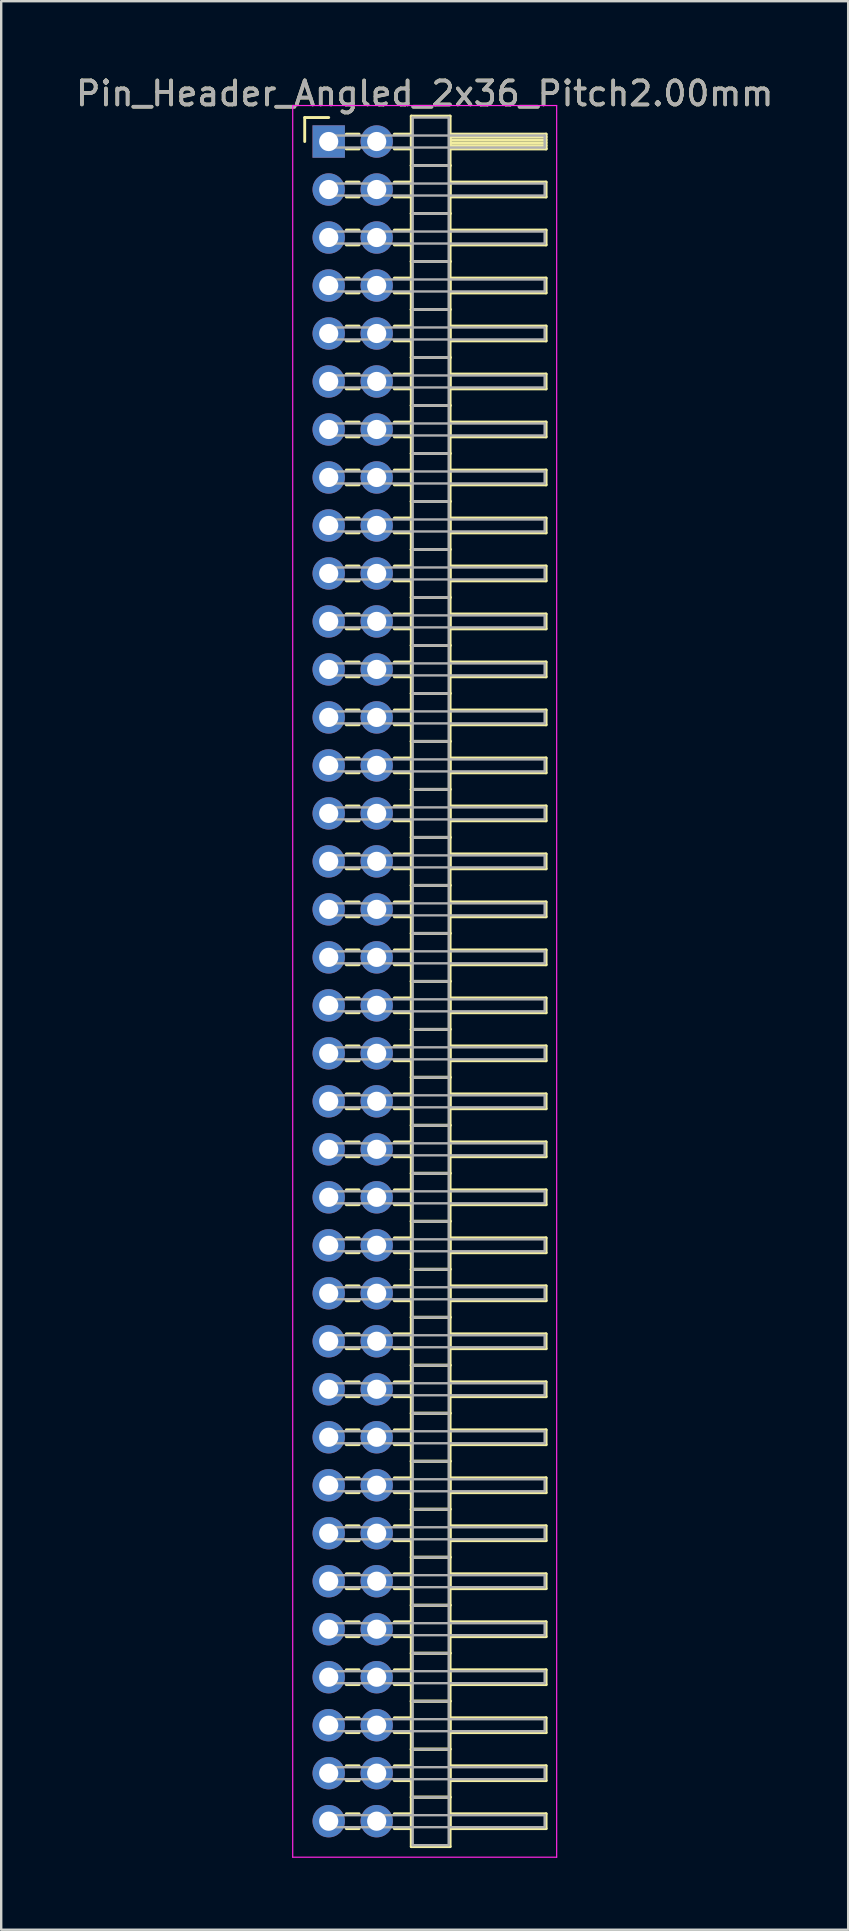
<source format=kicad_pcb>
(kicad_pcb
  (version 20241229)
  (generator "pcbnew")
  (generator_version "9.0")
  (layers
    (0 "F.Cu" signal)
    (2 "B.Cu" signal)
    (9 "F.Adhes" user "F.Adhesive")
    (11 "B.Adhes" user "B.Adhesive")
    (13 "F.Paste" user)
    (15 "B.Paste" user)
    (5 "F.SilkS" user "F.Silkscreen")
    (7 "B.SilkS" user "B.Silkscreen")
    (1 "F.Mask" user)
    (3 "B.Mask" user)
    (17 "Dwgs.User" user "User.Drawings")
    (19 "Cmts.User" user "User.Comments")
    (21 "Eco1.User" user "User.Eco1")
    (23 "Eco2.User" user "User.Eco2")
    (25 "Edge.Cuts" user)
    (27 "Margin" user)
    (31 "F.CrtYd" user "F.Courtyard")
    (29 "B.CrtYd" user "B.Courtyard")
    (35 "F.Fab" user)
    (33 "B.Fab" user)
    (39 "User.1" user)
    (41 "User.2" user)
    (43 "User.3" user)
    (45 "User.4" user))
  (footprint "Pin_Header_Angled_2x36_Pitch2.00mm"
    (layer "F.Cu")
    (at 10.649 2.848)
    (property "Reference" "Pin_Header_Angled_2x36_Pitch2.00mm" (at 4 -2 0) (layer "F.SilkS") (effects (font (size 1 1) (thickness 0.15))))
    (attr through_hole)
    (fp_line (start -1 -1) (end 0 -1) (stroke (width 0.12) (type solid)) (layer "F.SilkS"))
    (fp_line (start -1 0) (end -1 -1) (stroke (width 0.12) (type solid)) (layer "F.SilkS"))
    (fp_line (start 0.735 -0.31) (end 1.265 -0.31) (stroke (width 0.12) (type solid)) (layer "F.SilkS"))
    (fp_line (start 0.735 0.31) (end 1.265 0.31) (stroke (width 0.12) (type solid)) (layer "F.SilkS"))
    (fp_line (start 0.735 1.69) (end 1.265 1.69) (stroke (width 0.12) (type solid)) (layer "F.SilkS"))
    (fp_line (start 0.735 2.31) (end 1.265 2.31) (stroke (width 0.12) (type solid)) (layer "F.SilkS"))
    (fp_line (start 0.735 3.69) (end 1.265 3.69) (stroke (width 0.12) (type solid)) (layer "F.SilkS"))
    (fp_line (start 0.735 4.31) (end 1.265 4.31) (stroke (width 0.12) (type solid)) (layer "F.SilkS"))
    (fp_line (start 0.735 5.69) (end 1.265 5.69) (stroke (width 0.12) (type solid)) (layer "F.SilkS"))
    (fp_line (start 0.735 6.31) (end 1.265 6.31) (stroke (width 0.12) (type solid)) (layer "F.SilkS"))
    (fp_line (start 0.735 7.69) (end 1.265 7.69) (stroke (width 0.12) (type solid)) (layer "F.SilkS"))
    (fp_line (start 0.735 8.31) (end 1.265 8.31) (stroke (width 0.12) (type solid)) (layer "F.SilkS"))
    (fp_line (start 0.735 9.69) (end 1.265 9.69) (stroke (width 0.12) (type solid)) (layer "F.SilkS"))
    (fp_line (start 0.735 10.31) (end 1.265 10.31) (stroke (width 0.12) (type solid)) (layer "F.SilkS"))
    (fp_line (start 0.735 11.69) (end 1.265 11.69) (stroke (width 0.12) (type solid)) (layer "F.SilkS"))
    (fp_line (start 0.735 12.31) (end 1.265 12.31) (stroke (width 0.12) (type solid)) (layer "F.SilkS"))
    (fp_line (start 0.735 13.69) (end 1.265 13.69) (stroke (width 0.12) (type solid)) (layer "F.SilkS"))
    (fp_line (start 0.735 14.31) (end 1.265 14.31) (stroke (width 0.12) (type solid)) (layer "F.SilkS"))
    (fp_line (start 0.735 15.69) (end 1.265 15.69) (stroke (width 0.12) (type solid)) (layer "F.SilkS"))
    (fp_line (start 0.735 16.31) (end 1.265 16.31) (stroke (width 0.12) (type solid)) (layer "F.SilkS"))
    (fp_line (start 0.735 17.69) (end 1.265 17.69) (stroke (width 0.12) (type solid)) (layer "F.SilkS"))
    (fp_line (start 0.735 18.31) (end 1.265 18.31) (stroke (width 0.12) (type solid)) (layer "F.SilkS"))
    (fp_line (start 0.735 19.69) (end 1.265 19.69) (stroke (width 0.12) (type solid)) (layer "F.SilkS"))
    (fp_line (start 0.735 20.31) (end 1.265 20.31) (stroke (width 0.12) (type solid)) (layer "F.SilkS"))
    (fp_line (start 0.735 21.69) (end 1.265 21.69) (stroke (width 0.12) (type solid)) (layer "F.SilkS"))
    (fp_line (start 0.735 22.31) (end 1.265 22.31) (stroke (width 0.12) (type solid)) (layer "F.SilkS"))
    (fp_line (start 0.735 23.69) (end 1.265 23.69) (stroke (width 0.12) (type solid)) (layer "F.SilkS"))
    (fp_line (start 0.735 24.31) (end 1.265 24.31) (stroke (width 0.12) (type solid)) (layer "F.SilkS"))
    (fp_line (start 0.735 25.69) (end 1.265 25.69) (stroke (width 0.12) (type solid)) (layer "F.SilkS"))
    (fp_line (start 0.735 26.31) (end 1.265 26.31) (stroke (width 0.12) (type solid)) (layer "F.SilkS"))
    (fp_line (start 0.735 27.69) (end 1.265 27.69) (stroke (width 0.12) (type solid)) (layer "F.SilkS"))
    (fp_line (start 0.735 28.31) (end 1.265 28.31) (stroke (width 0.12) (type solid)) (layer "F.SilkS"))
    (fp_line (start 0.735 29.69) (end 1.265 29.69) (stroke (width 0.12) (type solid)) (layer "F.SilkS"))
    (fp_line (start 0.735 30.31) (end 1.265 30.31) (stroke (width 0.12) (type solid)) (layer "F.SilkS"))
    (fp_line (start 0.735 31.69) (end 1.265 31.69) (stroke (width 0.12) (type solid)) (layer "F.SilkS"))
    (fp_line (start 0.735 32.31) (end 1.265 32.31) (stroke (width 0.12) (type solid)) (layer "F.SilkS"))
    (fp_line (start 0.735 33.69) (end 1.265 33.69) (stroke (width 0.12) (type solid)) (layer "F.SilkS"))
    (fp_line (start 0.735 34.31) (end 1.265 34.31) (stroke (width 0.12) (type solid)) (layer "F.SilkS"))
    (fp_line (start 0.735 35.69) (end 1.265 35.69) (stroke (width 0.12) (type solid)) (layer "F.SilkS"))
    (fp_line (start 0.735 36.31) (end 1.265 36.31) (stroke (width 0.12) (type solid)) (layer "F.SilkS"))
    (fp_line (start 0.735 37.69) (end 1.265 37.69) (stroke (width 0.12) (type solid)) (layer "F.SilkS"))
    (fp_line (start 0.735 38.31) (end 1.265 38.31) (stroke (width 0.12) (type solid)) (layer "F.SilkS"))
    (fp_line (start 0.735 39.69) (end 1.265 39.69) (stroke (width 0.12) (type solid)) (layer "F.SilkS"))
    (fp_line (start 0.735 40.31) (end 1.265 40.31) (stroke (width 0.12) (type solid)) (layer "F.SilkS"))
    (fp_line (start 0.735 41.69) (end 1.265 41.69) (stroke (width 0.12) (type solid)) (layer "F.SilkS"))
    (fp_line (start 0.735 42.31) (end 1.265 42.31) (stroke (width 0.12) (type solid)) (layer "F.SilkS"))
    (fp_line (start 0.735 43.69) (end 1.265 43.69) (stroke (width 0.12) (type solid)) (layer "F.SilkS"))
    (fp_line (start 0.735 44.31) (end 1.265 44.31) (stroke (width 0.12) (type solid)) (layer "F.SilkS"))
    (fp_line (start 0.735 45.69) (end 1.265 45.69) (stroke (width 0.12) (type solid)) (layer "F.SilkS"))
    (fp_line (start 0.735 46.31) (end 1.265 46.31) (stroke (width 0.12) (type solid)) (layer "F.SilkS"))
    (fp_line (start 0.735 47.69) (end 1.265 47.69) (stroke (width 0.12) (type solid)) (layer "F.SilkS"))
    (fp_line (start 0.735 48.31) (end 1.265 48.31) (stroke (width 0.12) (type solid)) (layer "F.SilkS"))
    (fp_line (start 0.735 49.69) (end 1.265 49.69) (stroke (width 0.12) (type solid)) (layer "F.SilkS"))
    (fp_line (start 0.735 50.31) (end 1.265 50.31) (stroke (width 0.12) (type solid)) (layer "F.SilkS"))
    (fp_line (start 0.735 51.69) (end 1.265 51.69) (stroke (width 0.12) (type solid)) (layer "F.SilkS"))
    (fp_line (start 0.735 52.31) (end 1.265 52.31) (stroke (width 0.12) (type solid)) (layer "F.SilkS"))
    (fp_line (start 0.735 53.69) (end 1.265 53.69) (stroke (width 0.12) (type solid)) (layer "F.SilkS"))
    (fp_line (start 0.735 54.31) (end 1.265 54.31) (stroke (width 0.12) (type solid)) (layer "F.SilkS"))
    (fp_line (start 0.735 55.69) (end 1.265 55.69) (stroke (width 0.12) (type solid)) (layer "F.SilkS"))
    (fp_line (start 0.735 56.31) (end 1.265 56.31) (stroke (width 0.12) (type solid)) (layer "F.SilkS"))
    (fp_line (start 0.735 57.69) (end 1.265 57.69) (stroke (width 0.12) (type solid)) (layer "F.SilkS"))
    (fp_line (start 0.735 58.31) (end 1.265 58.31) (stroke (width 0.12) (type solid)) (layer "F.SilkS"))
    (fp_line (start 0.735 59.69) (end 1.265 59.69) (stroke (width 0.12) (type solid)) (layer "F.SilkS"))
    (fp_line (start 0.735 60.31) (end 1.265 60.31) (stroke (width 0.12) (type solid)) (layer "F.SilkS"))
    (fp_line (start 0.735 61.69) (end 1.265 61.69) (stroke (width 0.12) (type solid)) (layer "F.SilkS"))
    (fp_line (start 0.735 62.31) (end 1.265 62.31) (stroke (width 0.12) (type solid)) (layer "F.SilkS"))
    (fp_line (start 0.735 63.69) (end 1.265 63.69) (stroke (width 0.12) (type solid)) (layer "F.SilkS"))
    (fp_line (start 0.735 64.31) (end 1.265 64.31) (stroke (width 0.12) (type solid)) (layer "F.SilkS"))
    (fp_line (start 0.735 65.69) (end 1.265 65.69) (stroke (width 0.12) (type solid)) (layer "F.SilkS"))
    (fp_line (start 0.735 66.31) (end 1.265 66.31) (stroke (width 0.12) (type solid)) (layer "F.SilkS"))
    (fp_line (start 0.735 67.69) (end 1.265 67.69) (stroke (width 0.12) (type solid)) (layer "F.SilkS"))
    (fp_line (start 0.735 68.31) (end 1.265 68.31) (stroke (width 0.12) (type solid)) (layer "F.SilkS"))
    (fp_line (start 0.735 69.69) (end 1.265 69.69) (stroke (width 0.12) (type solid)) (layer "F.SilkS"))
    (fp_line (start 0.735 70.31) (end 1.265 70.31) (stroke (width 0.12) (type solid)) (layer "F.SilkS"))
    (fp_line (start 2.735 -0.31) (end 3.44 -0.31) (stroke (width 0.12) (type solid)) (layer "F.SilkS"))
    (fp_line (start 2.735 0.31) (end 3.44 0.31) (stroke (width 0.12) (type solid)) (layer "F.SilkS"))
    (fp_line (start 2.735 1.69) (end 3.44 1.69) (stroke (width 0.12) (type solid)) (layer "F.SilkS"))
    (fp_line (start 2.735 2.31) (end 3.44 2.31) (stroke (width 0.12) (type solid)) (layer "F.SilkS"))
    (fp_line (start 2.735 3.69) (end 3.44 3.69) (stroke (width 0.12) (type solid)) (layer "F.SilkS"))
    (fp_line (start 2.735 4.31) (end 3.44 4.31) (stroke (width 0.12) (type solid)) (layer "F.SilkS"))
    (fp_line (start 2.735 5.69) (end 3.44 5.69) (stroke (width 0.12) (type solid)) (layer "F.SilkS"))
    (fp_line (start 2.735 6.31) (end 3.44 6.31) (stroke (width 0.12) (type solid)) (layer "F.SilkS"))
    (fp_line (start 2.735 7.69) (end 3.44 7.69) (stroke (width 0.12) (type solid)) (layer "F.SilkS"))
    (fp_line (start 2.735 8.31) (end 3.44 8.31) (stroke (width 0.12) (type solid)) (layer "F.SilkS"))
    (fp_line (start 2.735 9.69) (end 3.44 9.69) (stroke (width 0.12) (type solid)) (layer "F.SilkS"))
    (fp_line (start 2.735 10.31) (end 3.44 10.31) (stroke (width 0.12) (type solid)) (layer "F.SilkS"))
    (fp_line (start 2.735 11.69) (end 3.44 11.69) (stroke (width 0.12) (type solid)) (layer "F.SilkS"))
    (fp_line (start 2.735 12.31) (end 3.44 12.31) (stroke (width 0.12) (type solid)) (layer "F.SilkS"))
    (fp_line (start 2.735 13.69) (end 3.44 13.69) (stroke (width 0.12) (type solid)) (layer "F.SilkS"))
    (fp_line (start 2.735 14.31) (end 3.44 14.31) (stroke (width 0.12) (type solid)) (layer "F.SilkS"))
    (fp_line (start 2.735 15.69) (end 3.44 15.69) (stroke (width 0.12) (type solid)) (layer "F.SilkS"))
    (fp_line (start 2.735 16.31) (end 3.44 16.31) (stroke (width 0.12) (type solid)) (layer "F.SilkS"))
    (fp_line (start 2.735 17.69) (end 3.44 17.69) (stroke (width 0.12) (type solid)) (layer "F.SilkS"))
    (fp_line (start 2.735 18.31) (end 3.44 18.31) (stroke (width 0.12) (type solid)) (layer "F.SilkS"))
    (fp_line (start 2.735 19.69) (end 3.44 19.69) (stroke (width 0.12) (type solid)) (layer "F.SilkS"))
    (fp_line (start 2.735 20.31) (end 3.44 20.31) (stroke (width 0.12) (type solid)) (layer "F.SilkS"))
    (fp_line (start 2.735 21.69) (end 3.44 21.69) (stroke (width 0.12) (type solid)) (layer "F.SilkS"))
    (fp_line (start 2.735 22.31) (end 3.44 22.31) (stroke (width 0.12) (type solid)) (layer "F.SilkS"))
    (fp_line (start 2.735 23.69) (end 3.44 23.69) (stroke (width 0.12) (type solid)) (layer "F.SilkS"))
    (fp_line (start 2.735 24.31) (end 3.44 24.31) (stroke (width 0.12) (type solid)) (layer "F.SilkS"))
    (fp_line (start 2.735 25.69) (end 3.44 25.69) (stroke (width 0.12) (type solid)) (layer "F.SilkS"))
    (fp_line (start 2.735 26.31) (end 3.44 26.31) (stroke (width 0.12) (type solid)) (layer "F.SilkS"))
    (fp_line (start 2.735 27.69) (end 3.44 27.69) (stroke (width 0.12) (type solid)) (layer "F.SilkS"))
    (fp_line (start 2.735 28.31) (end 3.44 28.31) (stroke (width 0.12) (type solid)) (layer "F.SilkS"))
    (fp_line (start 2.735 29.69) (end 3.44 29.69) (stroke (width 0.12) (type solid)) (layer "F.SilkS"))
    (fp_line (start 2.735 30.31) (end 3.44 30.31) (stroke (width 0.12) (type solid)) (layer "F.SilkS"))
    (fp_line (start 2.735 31.69) (end 3.44 31.69) (stroke (width 0.12) (type solid)) (layer "F.SilkS"))
    (fp_line (start 2.735 32.31) (end 3.44 32.31) (stroke (width 0.12) (type solid)) (layer "F.SilkS"))
    (fp_line (start 2.735 33.69) (end 3.44 33.69) (stroke (width 0.12) (type solid)) (layer "F.SilkS"))
    (fp_line (start 2.735 34.31) (end 3.44 34.31) (stroke (width 0.12) (type solid)) (layer "F.SilkS"))
    (fp_line (start 2.735 35.69) (end 3.44 35.69) (stroke (width 0.12) (type solid)) (layer "F.SilkS"))
    (fp_line (start 2.735 36.31) (end 3.44 36.31) (stroke (width 0.12) (type solid)) (layer "F.SilkS"))
    (fp_line (start 2.735 37.69) (end 3.44 37.69) (stroke (width 0.12) (type solid)) (layer "F.SilkS"))
    (fp_line (start 2.735 38.31) (end 3.44 38.31) (stroke (width 0.12) (type solid)) (layer "F.SilkS"))
    (fp_line (start 2.735 39.69) (end 3.44 39.69) (stroke (width 0.12) (type solid)) (layer "F.SilkS"))
    (fp_line (start 2.735 40.31) (end 3.44 40.31) (stroke (width 0.12) (type solid)) (layer "F.SilkS"))
    (fp_line (start 2.735 41.69) (end 3.44 41.69) (stroke (width 0.12) (type solid)) (layer "F.SilkS"))
    (fp_line (start 2.735 42.31) (end 3.44 42.31) (stroke (width 0.12) (type solid)) (layer "F.SilkS"))
    (fp_line (start 2.735 43.69) (end 3.44 43.69) (stroke (width 0.12) (type solid)) (layer "F.SilkS"))
    (fp_line (start 2.735 44.31) (end 3.44 44.31) (stroke (width 0.12) (type solid)) (layer "F.SilkS"))
    (fp_line (start 2.735 45.69) (end 3.44 45.69) (stroke (width 0.12) (type solid)) (layer "F.SilkS"))
    (fp_line (start 2.735 46.31) (end 3.44 46.31) (stroke (width 0.12) (type solid)) (layer "F.SilkS"))
    (fp_line (start 2.735 47.69) (end 3.44 47.69) (stroke (width 0.12) (type solid)) (layer "F.SilkS"))
    (fp_line (start 2.735 48.31) (end 3.44 48.31) (stroke (width 0.12) (type solid)) (layer "F.SilkS"))
    (fp_line (start 2.735 49.69) (end 3.44 49.69) (stroke (width 0.12) (type solid)) (layer "F.SilkS"))
    (fp_line (start 2.735 50.31) (end 3.44 50.31) (stroke (width 0.12) (type solid)) (layer "F.SilkS"))
    (fp_line (start 2.735 51.69) (end 3.44 51.69) (stroke (width 0.12) (type solid)) (layer "F.SilkS"))
    (fp_line (start 2.735 52.31) (end 3.44 52.31) (stroke (width 0.12) (type solid)) (layer "F.SilkS"))
    (fp_line (start 2.735 53.69) (end 3.44 53.69) (stroke (width 0.12) (type solid)) (layer "F.SilkS"))
    (fp_line (start 2.735 54.31) (end 3.44 54.31) (stroke (width 0.12) (type solid)) (layer "F.SilkS"))
    (fp_line (start 2.735 55.69) (end 3.44 55.69) (stroke (width 0.12) (type solid)) (layer "F.SilkS"))
    (fp_line (start 2.735 56.31) (end 3.44 56.31) (stroke (width 0.12) (type solid)) (layer "F.SilkS"))
    (fp_line (start 2.735 57.69) (end 3.44 57.69) (stroke (width 0.12) (type solid)) (layer "F.SilkS"))
    (fp_line (start 2.735 58.31) (end 3.44 58.31) (stroke (width 0.12) (type solid)) (layer "F.SilkS"))
    (fp_line (start 2.735 59.69) (end 3.44 59.69) (stroke (width 0.12) (type solid)) (layer "F.SilkS"))
    (fp_line (start 2.735 60.31) (end 3.44 60.31) (stroke (width 0.12) (type solid)) (layer "F.SilkS"))
    (fp_line (start 2.735 61.69) (end 3.44 61.69) (stroke (width 0.12) (type solid)) (layer "F.SilkS"))
    (fp_line (start 2.735 62.31) (end 3.44 62.31) (stroke (width 0.12) (type solid)) (layer "F.SilkS"))
    (fp_line (start 2.735 63.69) (end 3.44 63.69) (stroke (width 0.12) (type solid)) (layer "F.SilkS"))
    (fp_line (start 2.735 64.31) (end 3.44 64.31) (stroke (width 0.12) (type solid)) (layer "F.SilkS"))
    (fp_line (start 2.735 65.69) (end 3.44 65.69) (stroke (width 0.12) (type solid)) (layer "F.SilkS"))
    (fp_line (start 2.735 66.31) (end 3.44 66.31) (stroke (width 0.12) (type solid)) (layer "F.SilkS"))
    (fp_line (start 2.735 67.69) (end 3.44 67.69) (stroke (width 0.12) (type solid)) (layer "F.SilkS"))
    (fp_line (start 2.735 68.31) (end 3.44 68.31) (stroke (width 0.12) (type solid)) (layer "F.SilkS"))
    (fp_line (start 2.735 69.69) (end 3.44 69.69) (stroke (width 0.12) (type solid)) (layer "F.SilkS"))
    (fp_line (start 2.735 70.31) (end 3.44 70.31) (stroke (width 0.12) (type solid)) (layer "F.SilkS"))
    (fp_line (start 3.44 -1.06) (end 3.44 1) (stroke (width 0.12) (type solid)) (layer "F.SilkS"))
    (fp_line (start 3.44 1) (end 3.44 3) (stroke (width 0.12) (type solid)) (layer "F.SilkS"))
    (fp_line (start 3.44 1) (end 5.06 1) (stroke (width 0.12) (type solid)) (layer "F.SilkS"))
    (fp_line (start 3.44 3) (end 3.44 5) (stroke (width 0.12) (type solid)) (layer "F.SilkS"))
    (fp_line (start 3.44 3) (end 5.06 3) (stroke (width 0.12) (type solid)) (layer "F.SilkS"))
    (fp_line (start 3.44 5) (end 3.44 7) (stroke (width 0.12) (type solid)) (layer "F.SilkS"))
    (fp_line (start 3.44 5) (end 5.06 5) (stroke (width 0.12) (type solid)) (layer "F.SilkS"))
    (fp_line (start 3.44 7) (end 3.44 9) (stroke (width 0.12) (type solid)) (layer "F.SilkS"))
    (fp_line (start 3.44 7) (end 5.06 7) (stroke (width 0.12) (type solid)) (layer "F.SilkS"))
    (fp_line (start 3.44 9) (end 3.44 11) (stroke (width 0.12) (type solid)) (layer "F.SilkS"))
    (fp_line (start 3.44 9) (end 5.06 9) (stroke (width 0.12) (type solid)) (layer "F.SilkS"))
    (fp_line (start 3.44 11) (end 3.44 13) (stroke (width 0.12) (type solid)) (layer "F.SilkS"))
    (fp_line (start 3.44 11) (end 5.06 11) (stroke (width 0.12) (type solid)) (layer "F.SilkS"))
    (fp_line (start 3.44 13) (end 3.44 15) (stroke (width 0.12) (type solid)) (layer "F.SilkS"))
    (fp_line (start 3.44 13) (end 5.06 13) (stroke (width 0.12) (type solid)) (layer "F.SilkS"))
    (fp_line (start 3.44 15) (end 3.44 17) (stroke (width 0.12) (type solid)) (layer "F.SilkS"))
    (fp_line (start 3.44 15) (end 5.06 15) (stroke (width 0.12) (type solid)) (layer "F.SilkS"))
    (fp_line (start 3.44 17) (end 3.44 19) (stroke (width 0.12) (type solid)) (layer "F.SilkS"))
    (fp_line (start 3.44 17) (end 5.06 17) (stroke (width 0.12) (type solid)) (layer "F.SilkS"))
    (fp_line (start 3.44 19) (end 3.44 21) (stroke (width 0.12) (type solid)) (layer "F.SilkS"))
    (fp_line (start 3.44 19) (end 5.06 19) (stroke (width 0.12) (type solid)) (layer "F.SilkS"))
    (fp_line (start 3.44 21) (end 3.44 23) (stroke (width 0.12) (type solid)) (layer "F.SilkS"))
    (fp_line (start 3.44 21) (end 5.06 21) (stroke (width 0.12) (type solid)) (layer "F.SilkS"))
    (fp_line (start 3.44 23) (end 3.44 25) (stroke (width 0.12) (type solid)) (layer "F.SilkS"))
    (fp_line (start 3.44 23) (end 5.06 23) (stroke (width 0.12) (type solid)) (layer "F.SilkS"))
    (fp_line (start 3.44 25) (end 3.44 27) (stroke (width 0.12) (type solid)) (layer "F.SilkS"))
    (fp_line (start 3.44 25) (end 5.06 25) (stroke (width 0.12) (type solid)) (layer "F.SilkS"))
    (fp_line (start 3.44 27) (end 3.44 29) (stroke (width 0.12) (type solid)) (layer "F.SilkS"))
    (fp_line (start 3.44 27) (end 5.06 27) (stroke (width 0.12) (type solid)) (layer "F.SilkS"))
    (fp_line (start 3.44 29) (end 3.44 31) (stroke (width 0.12) (type solid)) (layer "F.SilkS"))
    (fp_line (start 3.44 29) (end 5.06 29) (stroke (width 0.12) (type solid)) (layer "F.SilkS"))
    (fp_line (start 3.44 31) (end 3.44 33) (stroke (width 0.12) (type solid)) (layer "F.SilkS"))
    (fp_line (start 3.44 31) (end 5.06 31) (stroke (width 0.12) (type solid)) (layer "F.SilkS"))
    (fp_line (start 3.44 33) (end 3.44 35) (stroke (width 0.12) (type solid)) (layer "F.SilkS"))
    (fp_line (start 3.44 33) (end 5.06 33) (stroke (width 0.12) (type solid)) (layer "F.SilkS"))
    (fp_line (start 3.44 35) (end 3.44 37) (stroke (width 0.12) (type solid)) (layer "F.SilkS"))
    (fp_line (start 3.44 35) (end 5.06 35) (stroke (width 0.12) (type solid)) (layer "F.SilkS"))
    (fp_line (start 3.44 37) (end 3.44 39) (stroke (width 0.12) (type solid)) (layer "F.SilkS"))
    (fp_line (start 3.44 37) (end 5.06 37) (stroke (width 0.12) (type solid)) (layer "F.SilkS"))
    (fp_line (start 3.44 39) (end 3.44 41) (stroke (width 0.12) (type solid)) (layer "F.SilkS"))
    (fp_line (start 3.44 39) (end 5.06 39) (stroke (width 0.12) (type solid)) (layer "F.SilkS"))
    (fp_line (start 3.44 41) (end 3.44 43) (stroke (width 0.12) (type solid)) (layer "F.SilkS"))
    (fp_line (start 3.44 41) (end 5.06 41) (stroke (width 0.12) (type solid)) (layer "F.SilkS"))
    (fp_line (start 3.44 43) (end 3.44 45) (stroke (width 0.12) (type solid)) (layer "F.SilkS"))
    (fp_line (start 3.44 43) (end 5.06 43) (stroke (width 0.12) (type solid)) (layer "F.SilkS"))
    (fp_line (start 3.44 45) (end 3.44 47) (stroke (width 0.12) (type solid)) (layer "F.SilkS"))
    (fp_line (start 3.44 45) (end 5.06 45) (stroke (width 0.12) (type solid)) (layer "F.SilkS"))
    (fp_line (start 3.44 47) (end 3.44 49) (stroke (width 0.12) (type solid)) (layer "F.SilkS"))
    (fp_line (start 3.44 47) (end 5.06 47) (stroke (width 0.12) (type solid)) (layer "F.SilkS"))
    (fp_line (start 3.44 49) (end 3.44 51) (stroke (width 0.12) (type solid)) (layer "F.SilkS"))
    (fp_line (start 3.44 49) (end 5.06 49) (stroke (width 0.12) (type solid)) (layer "F.SilkS"))
    (fp_line (start 3.44 51) (end 3.44 53) (stroke (width 0.12) (type solid)) (layer "F.SilkS"))
    (fp_line (start 3.44 51) (end 5.06 51) (stroke (width 0.12) (type solid)) (layer "F.SilkS"))
    (fp_line (start 3.44 53) (end 3.44 55) (stroke (width 0.12) (type solid)) (layer "F.SilkS"))
    (fp_line (start 3.44 53) (end 5.06 53) (stroke (width 0.12) (type solid)) (layer "F.SilkS"))
    (fp_line (start 3.44 55) (end 3.44 57) (stroke (width 0.12) (type solid)) (layer "F.SilkS"))
    (fp_line (start 3.44 55) (end 5.06 55) (stroke (width 0.12) (type solid)) (layer "F.SilkS"))
    (fp_line (start 3.44 57) (end 3.44 59) (stroke (width 0.12) (type solid)) (layer "F.SilkS"))
    (fp_line (start 3.44 57) (end 5.06 57) (stroke (width 0.12) (type solid)) (layer "F.SilkS"))
    (fp_line (start 3.44 59) (end 3.44 61) (stroke (width 0.12) (type solid)) (layer "F.SilkS"))
    (fp_line (start 3.44 59) (end 5.06 59) (stroke (width 0.12) (type solid)) (layer "F.SilkS"))
    (fp_line (start 3.44 61) (end 3.44 63) (stroke (width 0.12) (type solid)) (layer "F.SilkS"))
    (fp_line (start 3.44 61) (end 5.06 61) (stroke (width 0.12) (type solid)) (layer "F.SilkS"))
    (fp_line (start 3.44 63) (end 3.44 65) (stroke (width 0.12) (type solid)) (layer "F.SilkS"))
    (fp_line (start 3.44 63) (end 5.06 63) (stroke (width 0.12) (type solid)) (layer "F.SilkS"))
    (fp_line (start 3.44 65) (end 3.44 67) (stroke (width 0.12) (type solid)) (layer "F.SilkS"))
    (fp_line (start 3.44 65) (end 5.06 65) (stroke (width 0.12) (type solid)) (layer "F.SilkS"))
    (fp_line (start 3.44 67) (end 3.44 69) (stroke (width 0.12) (type solid)) (layer "F.SilkS"))
    (fp_line (start 3.44 67) (end 5.06 67) (stroke (width 0.12) (type solid)) (layer "F.SilkS"))
    (fp_line (start 3.44 69) (end 3.44 71.06) (stroke (width 0.12) (type solid)) (layer "F.SilkS"))
    (fp_line (start 3.44 69) (end 5.06 69) (stroke (width 0.12) (type solid)) (layer "F.SilkS"))
    (fp_line (start 3.44 71.06) (end 5.06 71.06) (stroke (width 0.12) (type solid)) (layer "F.SilkS"))
    (fp_line (start 5.06 -1.06) (end 3.44 -1.06) (stroke (width 0.12) (type solid)) (layer "F.SilkS"))
    (fp_line (start 5.06 -0.31) (end 5.06 0.31) (stroke (width 0.12) (type solid)) (layer "F.SilkS"))
    (fp_line (start 5.06 -0.19) (end 9.06 -0.19) (stroke (width 0.12) (type solid)) (layer "F.SilkS"))
    (fp_line (start 5.06 -0.07) (end 9.06 -0.07) (stroke (width 0.12) (type solid)) (layer "F.SilkS"))
    (fp_line (start 5.06 0.05) (end 9.06 0.05) (stroke (width 0.12) (type solid)) (layer "F.SilkS"))
    (fp_line (start 5.06 0.17) (end 9.06 0.17) (stroke (width 0.12) (type solid)) (layer "F.SilkS"))
    (fp_line (start 5.06 0.29) (end 9.06 0.29) (stroke (width 0.12) (type solid)) (layer "F.SilkS"))
    (fp_line (start 5.06 0.31) (end 9.06 0.31) (stroke (width 0.12) (type solid)) (layer "F.SilkS"))
    (fp_line (start 5.06 1) (end 3.44 1) (stroke (width 0.12) (type solid)) (layer "F.SilkS"))
    (fp_line (start 5.06 1) (end 5.06 -1.06) (stroke (width 0.12) (type solid)) (layer "F.SilkS"))
    (fp_line (start 5.06 1.69) (end 5.06 2.31) (stroke (width 0.12) (type solid)) (layer "F.SilkS"))
    (fp_line (start 5.06 2.31) (end 9.06 2.31) (stroke (width 0.12) (type solid)) (layer "F.SilkS"))
    (fp_line (start 5.06 3) (end 3.44 3) (stroke (width 0.12) (type solid)) (layer "F.SilkS"))
    (fp_line (start 5.06 3) (end 5.06 1) (stroke (width 0.12) (type solid)) (layer "F.SilkS"))
    (fp_line (start 5.06 3.69) (end 5.06 4.31) (stroke (width 0.12) (type solid)) (layer "F.SilkS"))
    (fp_line (start 5.06 4.31) (end 9.06 4.31) (stroke (width 0.12) (type solid)) (layer "F.SilkS"))
    (fp_line (start 5.06 5) (end 3.44 5) (stroke (width 0.12) (type solid)) (layer "F.SilkS"))
    (fp_line (start 5.06 5) (end 5.06 3) (stroke (width 0.12) (type solid)) (layer "F.SilkS"))
    (fp_line (start 5.06 5.69) (end 5.06 6.31) (stroke (width 0.12) (type solid)) (layer "F.SilkS"))
    (fp_line (start 5.06 6.31) (end 9.06 6.31) (stroke (width 0.12) (type solid)) (layer "F.SilkS"))
    (fp_line (start 5.06 7) (end 3.44 7) (stroke (width 0.12) (type solid)) (layer "F.SilkS"))
    (fp_line (start 5.06 7) (end 5.06 5) (stroke (width 0.12) (type solid)) (layer "F.SilkS"))
    (fp_line (start 5.06 7.69) (end 5.06 8.31) (stroke (width 0.12) (type solid)) (layer "F.SilkS"))
    (fp_line (start 5.06 8.31) (end 9.06 8.31) (stroke (width 0.12) (type solid)) (layer "F.SilkS"))
    (fp_line (start 5.06 9) (end 3.44 9) (stroke (width 0.12) (type solid)) (layer "F.SilkS"))
    (fp_line (start 5.06 9) (end 5.06 7) (stroke (width 0.12) (type solid)) (layer "F.SilkS"))
    (fp_line (start 5.06 9.69) (end 5.06 10.31) (stroke (width 0.12) (type solid)) (layer "F.SilkS"))
    (fp_line (start 5.06 10.31) (end 9.06 10.31) (stroke (width 0.12) (type solid)) (layer "F.SilkS"))
    (fp_line (start 5.06 11) (end 3.44 11) (stroke (width 0.12) (type solid)) (layer "F.SilkS"))
    (fp_line (start 5.06 11) (end 5.06 9) (stroke (width 0.12) (type solid)) (layer "F.SilkS"))
    (fp_line (start 5.06 11.69) (end 5.06 12.31) (stroke (width 0.12) (type solid)) (layer "F.SilkS"))
    (fp_line (start 5.06 12.31) (end 9.06 12.31) (stroke (width 0.12) (type solid)) (layer "F.SilkS"))
    (fp_line (start 5.06 13) (end 3.44 13) (stroke (width 0.12) (type solid)) (layer "F.SilkS"))
    (fp_line (start 5.06 13) (end 5.06 11) (stroke (width 0.12) (type solid)) (layer "F.SilkS"))
    (fp_line (start 5.06 13.69) (end 5.06 14.31) (stroke (width 0.12) (type solid)) (layer "F.SilkS"))
    (fp_line (start 5.06 14.31) (end 9.06 14.31) (stroke (width 0.12) (type solid)) (layer "F.SilkS"))
    (fp_line (start 5.06 15) (end 3.44 15) (stroke (width 0.12) (type solid)) (layer "F.SilkS"))
    (fp_line (start 5.06 15) (end 5.06 13) (stroke (width 0.12) (type solid)) (layer "F.SilkS"))
    (fp_line (start 5.06 15.69) (end 5.06 16.31) (stroke (width 0.12) (type solid)) (layer "F.SilkS"))
    (fp_line (start 5.06 16.31) (end 9.06 16.31) (stroke (width 0.12) (type solid)) (layer "F.SilkS"))
    (fp_line (start 5.06 17) (end 3.44 17) (stroke (width 0.12) (type solid)) (layer "F.SilkS"))
    (fp_line (start 5.06 17) (end 5.06 15) (stroke (width 0.12) (type solid)) (layer "F.SilkS"))
    (fp_line (start 5.06 17.69) (end 5.06 18.31) (stroke (width 0.12) (type solid)) (layer "F.SilkS"))
    (fp_line (start 5.06 18.31) (end 9.06 18.31) (stroke (width 0.12) (type solid)) (layer "F.SilkS"))
    (fp_line (start 5.06 19) (end 3.44 19) (stroke (width 0.12) (type solid)) (layer "F.SilkS"))
    (fp_line (start 5.06 19) (end 5.06 17) (stroke (width 0.12) (type solid)) (layer "F.SilkS"))
    (fp_line (start 5.06 19.69) (end 5.06 20.31) (stroke (width 0.12) (type solid)) (layer "F.SilkS"))
    (fp_line (start 5.06 20.31) (end 9.06 20.31) (stroke (width 0.12) (type solid)) (layer "F.SilkS"))
    (fp_line (start 5.06 21) (end 3.44 21) (stroke (width 0.12) (type solid)) (layer "F.SilkS"))
    (fp_line (start 5.06 21) (end 5.06 19) (stroke (width 0.12) (type solid)) (layer "F.SilkS"))
    (fp_line (start 5.06 21.69) (end 5.06 22.31) (stroke (width 0.12) (type solid)) (layer "F.SilkS"))
    (fp_line (start 5.06 22.31) (end 9.06 22.31) (stroke (width 0.12) (type solid)) (layer "F.SilkS"))
    (fp_line (start 5.06 23) (end 3.44 23) (stroke (width 0.12) (type solid)) (layer "F.SilkS"))
    (fp_line (start 5.06 23) (end 5.06 21) (stroke (width 0.12) (type solid)) (layer "F.SilkS"))
    (fp_line (start 5.06 23.69) (end 5.06 24.31) (stroke (width 0.12) (type solid)) (layer "F.SilkS"))
    (fp_line (start 5.06 24.31) (end 9.06 24.31) (stroke (width 0.12) (type solid)) (layer "F.SilkS"))
    (fp_line (start 5.06 25) (end 3.44 25) (stroke (width 0.12) (type solid)) (layer "F.SilkS"))
    (fp_line (start 5.06 25) (end 5.06 23) (stroke (width 0.12) (type solid)) (layer "F.SilkS"))
    (fp_line (start 5.06 25.69) (end 5.06 26.31) (stroke (width 0.12) (type solid)) (layer "F.SilkS"))
    (fp_line (start 5.06 26.31) (end 9.06 26.31) (stroke (width 0.12) (type solid)) (layer "F.SilkS"))
    (fp_line (start 5.06 27) (end 3.44 27) (stroke (width 0.12) (type solid)) (layer "F.SilkS"))
    (fp_line (start 5.06 27) (end 5.06 25) (stroke (width 0.12) (type solid)) (layer "F.SilkS"))
    (fp_line (start 5.06 27.69) (end 5.06 28.31) (stroke (width 0.12) (type solid)) (layer "F.SilkS"))
    (fp_line (start 5.06 28.31) (end 9.06 28.31) (stroke (width 0.12) (type solid)) (layer "F.SilkS"))
    (fp_line (start 5.06 29) (end 3.44 29) (stroke (width 0.12) (type solid)) (layer "F.SilkS"))
    (fp_line (start 5.06 29) (end 5.06 27) (stroke (width 0.12) (type solid)) (layer "F.SilkS"))
    (fp_line (start 5.06 29.69) (end 5.06 30.31) (stroke (width 0.12) (type solid)) (layer "F.SilkS"))
    (fp_line (start 5.06 30.31) (end 9.06 30.31) (stroke (width 0.12) (type solid)) (layer "F.SilkS"))
    (fp_line (start 5.06 31) (end 3.44 31) (stroke (width 0.12) (type solid)) (layer "F.SilkS"))
    (fp_line (start 5.06 31) (end 5.06 29) (stroke (width 0.12) (type solid)) (layer "F.SilkS"))
    (fp_line (start 5.06 31.69) (end 5.06 32.31) (stroke (width 0.12) (type solid)) (layer "F.SilkS"))
    (fp_line (start 5.06 32.31) (end 9.06 32.31) (stroke (width 0.12) (type solid)) (layer "F.SilkS"))
    (fp_line (start 5.06 33) (end 3.44 33) (stroke (width 0.12) (type solid)) (layer "F.SilkS"))
    (fp_line (start 5.06 33) (end 5.06 31) (stroke (width 0.12) (type solid)) (layer "F.SilkS"))
    (fp_line (start 5.06 33.69) (end 5.06 34.31) (stroke (width 0.12) (type solid)) (layer "F.SilkS"))
    (fp_line (start 5.06 34.31) (end 9.06 34.31) (stroke (width 0.12) (type solid)) (layer "F.SilkS"))
    (fp_line (start 5.06 35) (end 3.44 35) (stroke (width 0.12) (type solid)) (layer "F.SilkS"))
    (fp_line (start 5.06 35) (end 5.06 33) (stroke (width 0.12) (type solid)) (layer "F.SilkS"))
    (fp_line (start 5.06 35.69) (end 5.06 36.31) (stroke (width 0.12) (type solid)) (layer "F.SilkS"))
    (fp_line (start 5.06 36.31) (end 9.06 36.31) (stroke (width 0.12) (type solid)) (layer "F.SilkS"))
    (fp_line (start 5.06 37) (end 3.44 37) (stroke (width 0.12) (type solid)) (layer "F.SilkS"))
    (fp_line (start 5.06 37) (end 5.06 35) (stroke (width 0.12) (type solid)) (layer "F.SilkS"))
    (fp_line (start 5.06 37.69) (end 5.06 38.31) (stroke (width 0.12) (type solid)) (layer "F.SilkS"))
    (fp_line (start 5.06 38.31) (end 9.06 38.31) (stroke (width 0.12) (type solid)) (layer "F.SilkS"))
    (fp_line (start 5.06 39) (end 3.44 39) (stroke (width 0.12) (type solid)) (layer "F.SilkS"))
    (fp_line (start 5.06 39) (end 5.06 37) (stroke (width 0.12) (type solid)) (layer "F.SilkS"))
    (fp_line (start 5.06 39.69) (end 5.06 40.31) (stroke (width 0.12) (type solid)) (layer "F.SilkS"))
    (fp_line (start 5.06 40.31) (end 9.06 40.31) (stroke (width 0.12) (type solid)) (layer "F.SilkS"))
    (fp_line (start 5.06 41) (end 3.44 41) (stroke (width 0.12) (type solid)) (layer "F.SilkS"))
    (fp_line (start 5.06 41) (end 5.06 39) (stroke (width 0.12) (type solid)) (layer "F.SilkS"))
    (fp_line (start 5.06 41.69) (end 5.06 42.31) (stroke (width 0.12) (type solid)) (layer "F.SilkS"))
    (fp_line (start 5.06 42.31) (end 9.06 42.31) (stroke (width 0.12) (type solid)) (layer "F.SilkS"))
    (fp_line (start 5.06 43) (end 3.44 43) (stroke (width 0.12) (type solid)) (layer "F.SilkS"))
    (fp_line (start 5.06 43) (end 5.06 41) (stroke (width 0.12) (type solid)) (layer "F.SilkS"))
    (fp_line (start 5.06 43.69) (end 5.06 44.31) (stroke (width 0.12) (type solid)) (layer "F.SilkS"))
    (fp_line (start 5.06 44.31) (end 9.06 44.31) (stroke (width 0.12) (type solid)) (layer "F.SilkS"))
    (fp_line (start 5.06 45) (end 3.44 45) (stroke (width 0.12) (type solid)) (layer "F.SilkS"))
    (fp_line (start 5.06 45) (end 5.06 43) (stroke (width 0.12) (type solid)) (layer "F.SilkS"))
    (fp_line (start 5.06 45.69) (end 5.06 46.31) (stroke (width 0.12) (type solid)) (layer "F.SilkS"))
    (fp_line (start 5.06 46.31) (end 9.06 46.31) (stroke (width 0.12) (type solid)) (layer "F.SilkS"))
    (fp_line (start 5.06 47) (end 3.44 47) (stroke (width 0.12) (type solid)) (layer "F.SilkS"))
    (fp_line (start 5.06 47) (end 5.06 45) (stroke (width 0.12) (type solid)) (layer "F.SilkS"))
    (fp_line (start 5.06 47.69) (end 5.06 48.31) (stroke (width 0.12) (type solid)) (layer "F.SilkS"))
    (fp_line (start 5.06 48.31) (end 9.06 48.31) (stroke (width 0.12) (type solid)) (layer "F.SilkS"))
    (fp_line (start 5.06 49) (end 3.44 49) (stroke (width 0.12) (type solid)) (layer "F.SilkS"))
    (fp_line (start 5.06 49) (end 5.06 47) (stroke (width 0.12) (type solid)) (layer "F.SilkS"))
    (fp_line (start 5.06 49.69) (end 5.06 50.31) (stroke (width 0.12) (type solid)) (layer "F.SilkS"))
    (fp_line (start 5.06 50.31) (end 9.06 50.31) (stroke (width 0.12) (type solid)) (layer "F.SilkS"))
    (fp_line (start 5.06 51) (end 3.44 51) (stroke (width 0.12) (type solid)) (layer "F.SilkS"))
    (fp_line (start 5.06 51) (end 5.06 49) (stroke (width 0.12) (type solid)) (layer "F.SilkS"))
    (fp_line (start 5.06 51.69) (end 5.06 52.31) (stroke (width 0.12) (type solid)) (layer "F.SilkS"))
    (fp_line (start 5.06 52.31) (end 9.06 52.31) (stroke (width 0.12) (type solid)) (layer "F.SilkS"))
    (fp_line (start 5.06 53) (end 3.44 53) (stroke (width 0.12) (type solid)) (layer "F.SilkS"))
    (fp_line (start 5.06 53) (end 5.06 51) (stroke (width 0.12) (type solid)) (layer "F.SilkS"))
    (fp_line (start 5.06 53.69) (end 5.06 54.31) (stroke (width 0.12) (type solid)) (layer "F.SilkS"))
    (fp_line (start 5.06 54.31) (end 9.06 54.31) (stroke (width 0.12) (type solid)) (layer "F.SilkS"))
    (fp_line (start 5.06 55) (end 3.44 55) (stroke (width 0.12) (type solid)) (layer "F.SilkS"))
    (fp_line (start 5.06 55) (end 5.06 53) (stroke (width 0.12) (type solid)) (layer "F.SilkS"))
    (fp_line (start 5.06 55.69) (end 5.06 56.31) (stroke (width 0.12) (type solid)) (layer "F.SilkS"))
    (fp_line (start 5.06 56.31) (end 9.06 56.31) (stroke (width 0.12) (type solid)) (layer "F.SilkS"))
    (fp_line (start 5.06 57) (end 3.44 57) (stroke (width 0.12) (type solid)) (layer "F.SilkS"))
    (fp_line (start 5.06 57) (end 5.06 55) (stroke (width 0.12) (type solid)) (layer "F.SilkS"))
    (fp_line (start 5.06 57.69) (end 5.06 58.31) (stroke (width 0.12) (type solid)) (layer "F.SilkS"))
    (fp_line (start 5.06 58.31) (end 9.06 58.31) (stroke (width 0.12) (type solid)) (layer "F.SilkS"))
    (fp_line (start 5.06 59) (end 3.44 59) (stroke (width 0.12) (type solid)) (layer "F.SilkS"))
    (fp_line (start 5.06 59) (end 5.06 57) (stroke (width 0.12) (type solid)) (layer "F.SilkS"))
    (fp_line (start 5.06 59.69) (end 5.06 60.31) (stroke (width 0.12) (type solid)) (layer "F.SilkS"))
    (fp_line (start 5.06 60.31) (end 9.06 60.31) (stroke (width 0.12) (type solid)) (layer "F.SilkS"))
    (fp_line (start 5.06 61) (end 3.44 61) (stroke (width 0.12) (type solid)) (layer "F.SilkS"))
    (fp_line (start 5.06 61) (end 5.06 59) (stroke (width 0.12) (type solid)) (layer "F.SilkS"))
    (fp_line (start 5.06 61.69) (end 5.06 62.31) (stroke (width 0.12) (type solid)) (layer "F.SilkS"))
    (fp_line (start 5.06 62.31) (end 9.06 62.31) (stroke (width 0.12) (type solid)) (layer "F.SilkS"))
    (fp_line (start 5.06 63) (end 3.44 63) (stroke (width 0.12) (type solid)) (layer "F.SilkS"))
    (fp_line (start 5.06 63) (end 5.06 61) (stroke (width 0.12) (type solid)) (layer "F.SilkS"))
    (fp_line (start 5.06 63.69) (end 5.06 64.31) (stroke (width 0.12) (type solid)) (layer "F.SilkS"))
    (fp_line (start 5.06 64.31) (end 9.06 64.31) (stroke (width 0.12) (type solid)) (layer "F.SilkS"))
    (fp_line (start 5.06 65) (end 3.44 65) (stroke (width 0.12) (type solid)) (layer "F.SilkS"))
    (fp_line (start 5.06 65) (end 5.06 63) (stroke (width 0.12) (type solid)) (layer "F.SilkS"))
    (fp_line (start 5.06 65.69) (end 5.06 66.31) (stroke (width 0.12) (type solid)) (layer "F.SilkS"))
    (fp_line (start 5.06 66.31) (end 9.06 66.31) (stroke (width 0.12) (type solid)) (layer "F.SilkS"))
    (fp_line (start 5.06 67) (end 3.44 67) (stroke (width 0.12) (type solid)) (layer "F.SilkS"))
    (fp_line (start 5.06 67) (end 5.06 65) (stroke (width 0.12) (type solid)) (layer "F.SilkS"))
    (fp_line (start 5.06 67.69) (end 5.06 68.31) (stroke (width 0.12) (type solid)) (layer "F.SilkS"))
    (fp_line (start 5.06 68.31) (end 9.06 68.31) (stroke (width 0.12) (type solid)) (layer "F.SilkS"))
    (fp_line (start 5.06 69) (end 3.44 69) (stroke (width 0.12) (type solid)) (layer "F.SilkS"))
    (fp_line (start 5.06 69) (end 5.06 67) (stroke (width 0.12) (type solid)) (layer "F.SilkS"))
    (fp_line (start 5.06 69.69) (end 5.06 70.31) (stroke (width 0.12) (type solid)) (layer "F.SilkS"))
    (fp_line (start 5.06 70.31) (end 9.06 70.31) (stroke (width 0.12) (type solid)) (layer "F.SilkS"))
    (fp_line (start 5.06 71.06) (end 5.06 69) (stroke (width 0.12) (type solid)) (layer "F.SilkS"))
    (fp_line (start 9.06 -0.31) (end 5.06 -0.31) (stroke (width 0.12) (type solid)) (layer "F.SilkS"))
    (fp_line (start 9.06 0.31) (end 9.06 -0.31) (stroke (width 0.12) (type solid)) (layer "F.SilkS"))
    (fp_line (start 9.06 1.69) (end 5.06 1.69) (stroke (width 0.12) (type solid)) (layer "F.SilkS"))
    (fp_line (start 9.06 2.31) (end 9.06 1.69) (stroke (width 0.12) (type solid)) (layer "F.SilkS"))
    (fp_line (start 9.06 3.69) (end 5.06 3.69) (stroke (width 0.12) (type solid)) (layer "F.SilkS"))
    (fp_line (start 9.06 4.31) (end 9.06 3.69) (stroke (width 0.12) (type solid)) (layer "F.SilkS"))
    (fp_line (start 9.06 5.69) (end 5.06 5.69) (stroke (width 0.12) (type solid)) (layer "F.SilkS"))
    (fp_line (start 9.06 6.31) (end 9.06 5.69) (stroke (width 0.12) (type solid)) (layer "F.SilkS"))
    (fp_line (start 9.06 7.69) (end 5.06 7.69) (stroke (width 0.12) (type solid)) (layer "F.SilkS"))
    (fp_line (start 9.06 8.31) (end 9.06 7.69) (stroke (width 0.12) (type solid)) (layer "F.SilkS"))
    (fp_line (start 9.06 9.69) (end 5.06 9.69) (stroke (width 0.12) (type solid)) (layer "F.SilkS"))
    (fp_line (start 9.06 10.31) (end 9.06 9.69) (stroke (width 0.12) (type solid)) (layer "F.SilkS"))
    (fp_line (start 9.06 11.69) (end 5.06 11.69) (stroke (width 0.12) (type solid)) (layer "F.SilkS"))
    (fp_line (start 9.06 12.31) (end 9.06 11.69) (stroke (width 0.12) (type solid)) (layer "F.SilkS"))
    (fp_line (start 9.06 13.69) (end 5.06 13.69) (stroke (width 0.12) (type solid)) (layer "F.SilkS"))
    (fp_line (start 9.06 14.31) (end 9.06 13.69) (stroke (width 0.12) (type solid)) (layer "F.SilkS"))
    (fp_line (start 9.06 15.69) (end 5.06 15.69) (stroke (width 0.12) (type solid)) (layer "F.SilkS"))
    (fp_line (start 9.06 16.31) (end 9.06 15.69) (stroke (width 0.12) (type solid)) (layer "F.SilkS"))
    (fp_line (start 9.06 17.69) (end 5.06 17.69) (stroke (width 0.12) (type solid)) (layer "F.SilkS"))
    (fp_line (start 9.06 18.31) (end 9.06 17.69) (stroke (width 0.12) (type solid)) (layer "F.SilkS"))
    (fp_line (start 9.06 19.69) (end 5.06 19.69) (stroke (width 0.12) (type solid)) (layer "F.SilkS"))
    (fp_line (start 9.06 20.31) (end 9.06 19.69) (stroke (width 0.12) (type solid)) (layer "F.SilkS"))
    (fp_line (start 9.06 21.69) (end 5.06 21.69) (stroke (width 0.12) (type solid)) (layer "F.SilkS"))
    (fp_line (start 9.06 22.31) (end 9.06 21.69) (stroke (width 0.12) (type solid)) (layer "F.SilkS"))
    (fp_line (start 9.06 23.69) (end 5.06 23.69) (stroke (width 0.12) (type solid)) (layer "F.SilkS"))
    (fp_line (start 9.06 24.31) (end 9.06 23.69) (stroke (width 0.12) (type solid)) (layer "F.SilkS"))
    (fp_line (start 9.06 25.69) (end 5.06 25.69) (stroke (width 0.12) (type solid)) (layer "F.SilkS"))
    (fp_line (start 9.06 26.31) (end 9.06 25.69) (stroke (width 0.12) (type solid)) (layer "F.SilkS"))
    (fp_line (start 9.06 27.69) (end 5.06 27.69) (stroke (width 0.12) (type solid)) (layer "F.SilkS"))
    (fp_line (start 9.06 28.31) (end 9.06 27.69) (stroke (width 0.12) (type solid)) (layer "F.SilkS"))
    (fp_line (start 9.06 29.69) (end 5.06 29.69) (stroke (width 0.12) (type solid)) (layer "F.SilkS"))
    (fp_line (start 9.06 30.31) (end 9.06 29.69) (stroke (width 0.12) (type solid)) (layer "F.SilkS"))
    (fp_line (start 9.06 31.69) (end 5.06 31.69) (stroke (width 0.12) (type solid)) (layer "F.SilkS"))
    (fp_line (start 9.06 32.31) (end 9.06 31.69) (stroke (width 0.12) (type solid)) (layer "F.SilkS"))
    (fp_line (start 9.06 33.69) (end 5.06 33.69) (stroke (width 0.12) (type solid)) (layer "F.SilkS"))
    (fp_line (start 9.06 34.31) (end 9.06 33.69) (stroke (width 0.12) (type solid)) (layer "F.SilkS"))
    (fp_line (start 9.06 35.69) (end 5.06 35.69) (stroke (width 0.12) (type solid)) (layer "F.SilkS"))
    (fp_line (start 9.06 36.31) (end 9.06 35.69) (stroke (width 0.12) (type solid)) (layer "F.SilkS"))
    (fp_line (start 9.06 37.69) (end 5.06 37.69) (stroke (width 0.12) (type solid)) (layer "F.SilkS"))
    (fp_line (start 9.06 38.31) (end 9.06 37.69) (stroke (width 0.12) (type solid)) (layer "F.SilkS"))
    (fp_line (start 9.06 39.69) (end 5.06 39.69) (stroke (width 0.12) (type solid)) (layer "F.SilkS"))
    (fp_line (start 9.06 40.31) (end 9.06 39.69) (stroke (width 0.12) (type solid)) (layer "F.SilkS"))
    (fp_line (start 9.06 41.69) (end 5.06 41.69) (stroke (width 0.12) (type solid)) (layer "F.SilkS"))
    (fp_line (start 9.06 42.31) (end 9.06 41.69) (stroke (width 0.12) (type solid)) (layer "F.SilkS"))
    (fp_line (start 9.06 43.69) (end 5.06 43.69) (stroke (width 0.12) (type solid)) (layer "F.SilkS"))
    (fp_line (start 9.06 44.31) (end 9.06 43.69) (stroke (width 0.12) (type solid)) (layer "F.SilkS"))
    (fp_line (start 9.06 45.69) (end 5.06 45.69) (stroke (width 0.12) (type solid)) (layer "F.SilkS"))
    (fp_line (start 9.06 46.31) (end 9.06 45.69) (stroke (width 0.12) (type solid)) (layer "F.SilkS"))
    (fp_line (start 9.06 47.69) (end 5.06 47.69) (stroke (width 0.12) (type solid)) (layer "F.SilkS"))
    (fp_line (start 9.06 48.31) (end 9.06 47.69) (stroke (width 0.12) (type solid)) (layer "F.SilkS"))
    (fp_line (start 9.06 49.69) (end 5.06 49.69) (stroke (width 0.12) (type solid)) (layer "F.SilkS"))
    (fp_line (start 9.06 50.31) (end 9.06 49.69) (stroke (width 0.12) (type solid)) (layer "F.SilkS"))
    (fp_line (start 9.06 51.69) (end 5.06 51.69) (stroke (width 0.12) (type solid)) (layer "F.SilkS"))
    (fp_line (start 9.06 52.31) (end 9.06 51.69) (stroke (width 0.12) (type solid)) (layer "F.SilkS"))
    (fp_line (start 9.06 53.69) (end 5.06 53.69) (stroke (width 0.12) (type solid)) (layer "F.SilkS"))
    (fp_line (start 9.06 54.31) (end 9.06 53.69) (stroke (width 0.12) (type solid)) (layer "F.SilkS"))
    (fp_line (start 9.06 55.69) (end 5.06 55.69) (stroke (width 0.12) (type solid)) (layer "F.SilkS"))
    (fp_line (start 9.06 56.31) (end 9.06 55.69) (stroke (width 0.12) (type solid)) (layer "F.SilkS"))
    (fp_line (start 9.06 57.69) (end 5.06 57.69) (stroke (width 0.12) (type solid)) (layer "F.SilkS"))
    (fp_line (start 9.06 58.31) (end 9.06 57.69) (stroke (width 0.12) (type solid)) (layer "F.SilkS"))
    (fp_line (start 9.06 59.69) (end 5.06 59.69) (stroke (width 0.12) (type solid)) (layer "F.SilkS"))
    (fp_line (start 9.06 60.31) (end 9.06 59.69) (stroke (width 0.12) (type solid)) (layer "F.SilkS"))
    (fp_line (start 9.06 61.69) (end 5.06 61.69) (stroke (width 0.12) (type solid)) (layer "F.SilkS"))
    (fp_line (start 9.06 62.31) (end 9.06 61.69) (stroke (width 0.12) (type solid)) (layer "F.SilkS"))
    (fp_line (start 9.06 63.69) (end 5.06 63.69) (stroke (width 0.12) (type solid)) (layer "F.SilkS"))
    (fp_line (start 9.06 64.31) (end 9.06 63.69) (stroke (width 0.12) (type solid)) (layer "F.SilkS"))
    (fp_line (start 9.06 65.69) (end 5.06 65.69) (stroke (width 0.12) (type solid)) (layer "F.SilkS"))
    (fp_line (start 9.06 66.31) (end 9.06 65.69) (stroke (width 0.12) (type solid)) (layer "F.SilkS"))
    (fp_line (start 9.06 67.69) (end 5.06 67.69) (stroke (width 0.12) (type solid)) (layer "F.SilkS"))
    (fp_line (start 9.06 68.31) (end 9.06 67.69) (stroke (width 0.12) (type solid)) (layer "F.SilkS"))
    (fp_line (start 9.06 69.69) (end 5.06 69.69) (stroke (width 0.12) (type solid)) (layer "F.SilkS"))
    (fp_line (start 9.06 70.31) (end 9.06 69.69) (stroke (width 0.12) (type solid)) (layer "F.SilkS"))
    (fp_line (start -1.5 -1.5) (end -1.5 71.5) (stroke (width 0.05) (type solid)) (layer "F.CrtYd"))
    (fp_line (start -1.5 71.5) (end 9.5 71.5) (stroke (width 0.05) (type solid)) (layer "F.CrtYd"))
    (fp_line (start 9.5 -1.5) (end -1.5 -1.5) (stroke (width 0.05) (type solid)) (layer "F.CrtYd"))
    (fp_line (start 9.5 71.5) (end 9.5 -1.5) (stroke (width 0.05) (type solid)) (layer "F.CrtYd"))
    (fp_line (start 0 -0.25) (end 0 0.25) (stroke (width 0.1) (type solid)) (layer "F.Fab"))
    (fp_line (start 0 0.25) (end 9 0.25) (stroke (width 0.1) (type solid)) (layer "F.Fab"))
    (fp_line (start 0 1.75) (end 0 2.25) (stroke (width 0.1) (type solid)) (layer "F.Fab"))
    (fp_line (start 0 2.25) (end 9 2.25) (stroke (width 0.1) (type solid)) (layer "F.Fab"))
    (fp_line (start 0 3.75) (end 0 4.25) (stroke (width 0.1) (type solid)) (layer "F.Fab"))
    (fp_line (start 0 4.25) (end 9 4.25) (stroke (width 0.1) (type solid)) (layer "F.Fab"))
    (fp_line (start 0 5.75) (end 0 6.25) (stroke (width 0.1) (type solid)) (layer "F.Fab"))
    (fp_line (start 0 6.25) (end 9 6.25) (stroke (width 0.1) (type solid)) (layer "F.Fab"))
    (fp_line (start 0 7.75) (end 0 8.25) (stroke (width 0.1) (type solid)) (layer "F.Fab"))
    (fp_line (start 0 8.25) (end 9 8.25) (stroke (width 0.1) (type solid)) (layer "F.Fab"))
    (fp_line (start 0 9.75) (end 0 10.25) (stroke (width 0.1) (type solid)) (layer "F.Fab"))
    (fp_line (start 0 10.25) (end 9 10.25) (stroke (width 0.1) (type solid)) (layer "F.Fab"))
    (fp_line (start 0 11.75) (end 0 12.25) (stroke (width 0.1) (type solid)) (layer "F.Fab"))
    (fp_line (start 0 12.25) (end 9 12.25) (stroke (width 0.1) (type solid)) (layer "F.Fab"))
    (fp_line (start 0 13.75) (end 0 14.25) (stroke (width 0.1) (type solid)) (layer "F.Fab"))
    (fp_line (start 0 14.25) (end 9 14.25) (stroke (width 0.1) (type solid)) (layer "F.Fab"))
    (fp_line (start 0 15.75) (end 0 16.25) (stroke (width 0.1) (type solid)) (layer "F.Fab"))
    (fp_line (start 0 16.25) (end 9 16.25) (stroke (width 0.1) (type solid)) (layer "F.Fab"))
    (fp_line (start 0 17.75) (end 0 18.25) (stroke (width 0.1) (type solid)) (layer "F.Fab"))
    (fp_line (start 0 18.25) (end 9 18.25) (stroke (width 0.1) (type solid)) (layer "F.Fab"))
    (fp_line (start 0 19.75) (end 0 20.25) (stroke (width 0.1) (type solid)) (layer "F.Fab"))
    (fp_line (start 0 20.25) (end 9 20.25) (stroke (width 0.1) (type solid)) (layer "F.Fab"))
    (fp_line (start 0 21.75) (end 0 22.25) (stroke (width 0.1) (type solid)) (layer "F.Fab"))
    (fp_line (start 0 22.25) (end 9 22.25) (stroke (width 0.1) (type solid)) (layer "F.Fab"))
    (fp_line (start 0 23.75) (end 0 24.25) (stroke (width 0.1) (type solid)) (layer "F.Fab"))
    (fp_line (start 0 24.25) (end 9 24.25) (stroke (width 0.1) (type solid)) (layer "F.Fab"))
    (fp_line (start 0 25.75) (end 0 26.25) (stroke (width 0.1) (type solid)) (layer "F.Fab"))
    (fp_line (start 0 26.25) (end 9 26.25) (stroke (width 0.1) (type solid)) (layer "F.Fab"))
    (fp_line (start 0 27.75) (end 0 28.25) (stroke (width 0.1) (type solid)) (layer "F.Fab"))
    (fp_line (start 0 28.25) (end 9 28.25) (stroke (width 0.1) (type solid)) (layer "F.Fab"))
    (fp_line (start 0 29.75) (end 0 30.25) (stroke (width 0.1) (type solid)) (layer "F.Fab"))
    (fp_line (start 0 30.25) (end 9 30.25) (stroke (width 0.1) (type solid)) (layer "F.Fab"))
    (fp_line (start 0 31.75) (end 0 32.25) (stroke (width 0.1) (type solid)) (layer "F.Fab"))
    (fp_line (start 0 32.25) (end 9 32.25) (stroke (width 0.1) (type solid)) (layer "F.Fab"))
    (fp_line (start 0 33.75) (end 0 34.25) (stroke (width 0.1) (type solid)) (layer "F.Fab"))
    (fp_line (start 0 34.25) (end 9 34.25) (stroke (width 0.1) (type solid)) (layer "F.Fab"))
    (fp_line (start 0 35.75) (end 0 36.25) (stroke (width 0.1) (type solid)) (layer "F.Fab"))
    (fp_line (start 0 36.25) (end 9 36.25) (stroke (width 0.1) (type solid)) (layer "F.Fab"))
    (fp_line (start 0 37.75) (end 0 38.25) (stroke (width 0.1) (type solid)) (layer "F.Fab"))
    (fp_line (start 0 38.25) (end 9 38.25) (stroke (width 0.1) (type solid)) (layer "F.Fab"))
    (fp_line (start 0 39.75) (end 0 40.25) (stroke (width 0.1) (type solid)) (layer "F.Fab"))
    (fp_line (start 0 40.25) (end 9 40.25) (stroke (width 0.1) (type solid)) (layer "F.Fab"))
    (fp_line (start 0 41.75) (end 0 42.25) (stroke (width 0.1) (type solid)) (layer "F.Fab"))
    (fp_line (start 0 42.25) (end 9 42.25) (stroke (width 0.1) (type solid)) (layer "F.Fab"))
    (fp_line (start 0 43.75) (end 0 44.25) (stroke (width 0.1) (type solid)) (layer "F.Fab"))
    (fp_line (start 0 44.25) (end 9 44.25) (stroke (width 0.1) (type solid)) (layer "F.Fab"))
    (fp_line (start 0 45.75) (end 0 46.25) (stroke (width 0.1) (type solid)) (layer "F.Fab"))
    (fp_line (start 0 46.25) (end 9 46.25) (stroke (width 0.1) (type solid)) (layer "F.Fab"))
    (fp_line (start 0 47.75) (end 0 48.25) (stroke (width 0.1) (type solid)) (layer "F.Fab"))
    (fp_line (start 0 48.25) (end 9 48.25) (stroke (width 0.1) (type solid)) (layer "F.Fab"))
    (fp_line (start 0 49.75) (end 0 50.25) (stroke (width 0.1) (type solid)) (layer "F.Fab"))
    (fp_line (start 0 50.25) (end 9 50.25) (stroke (width 0.1) (type solid)) (layer "F.Fab"))
    (fp_line (start 0 51.75) (end 0 52.25) (stroke (width 0.1) (type solid)) (layer "F.Fab"))
    (fp_line (start 0 52.25) (end 9 52.25) (stroke (width 0.1) (type solid)) (layer "F.Fab"))
    (fp_line (start 0 53.75) (end 0 54.25) (stroke (width 0.1) (type solid)) (layer "F.Fab"))
    (fp_line (start 0 54.25) (end 9 54.25) (stroke (width 0.1) (type solid)) (layer "F.Fab"))
    (fp_line (start 0 55.75) (end 0 56.25) (stroke (width 0.1) (type solid)) (layer "F.Fab"))
    (fp_line (start 0 56.25) (end 9 56.25) (stroke (width 0.1) (type solid)) (layer "F.Fab"))
    (fp_line (start 0 57.75) (end 0 58.25) (stroke (width 0.1) (type solid)) (layer "F.Fab"))
    (fp_line (start 0 58.25) (end 9 58.25) (stroke (width 0.1) (type solid)) (layer "F.Fab"))
    (fp_line (start 0 59.75) (end 0 60.25) (stroke (width 0.1) (type solid)) (layer "F.Fab"))
    (fp_line (start 0 60.25) (end 9 60.25) (stroke (width 0.1) (type solid)) (layer "F.Fab"))
    (fp_line (start 0 61.75) (end 0 62.25) (stroke (width 0.1) (type solid)) (layer "F.Fab"))
    (fp_line (start 0 62.25) (end 9 62.25) (stroke (width 0.1) (type solid)) (layer "F.Fab"))
    (fp_line (start 0 63.75) (end 0 64.25) (stroke (width 0.1) (type solid)) (layer "F.Fab"))
    (fp_line (start 0 64.25) (end 9 64.25) (stroke (width 0.1) (type solid)) (layer "F.Fab"))
    (fp_line (start 0 65.75) (end 0 66.25) (stroke (width 0.1) (type solid)) (layer "F.Fab"))
    (fp_line (start 0 66.25) (end 9 66.25) (stroke (width 0.1) (type solid)) (layer "F.Fab"))
    (fp_line (start 0 67.75) (end 0 68.25) (stroke (width 0.1) (type solid)) (layer "F.Fab"))
    (fp_line (start 0 68.25) (end 9 68.25) (stroke (width 0.1) (type solid)) (layer "F.Fab"))
    (fp_line (start 0 69.75) (end 0 70.25) (stroke (width 0.1) (type solid)) (layer "F.Fab"))
    (fp_line (start 0 70.25) (end 9 70.25) (stroke (width 0.1) (type solid)) (layer "F.Fab"))
    (fp_line (start 3.5 -1) (end 3.5 1) (stroke (width 0.1) (type solid)) (layer "F.Fab"))
    (fp_line (start 3.5 1) (end 3.5 3) (stroke (width 0.1) (type solid)) (layer "F.Fab"))
    (fp_line (start 3.5 1) (end 5 1) (stroke (width 0.1) (type solid)) (layer "F.Fab"))
    (fp_line (start 3.5 3) (end 3.5 5) (stroke (width 0.1) (type solid)) (layer "F.Fab"))
    (fp_line (start 3.5 3) (end 5 3) (stroke (width 0.1) (type solid)) (layer "F.Fab"))
    (fp_line (start 3.5 5) (end 3.5 7) (stroke (width 0.1) (type solid)) (layer "F.Fab"))
    (fp_line (start 3.5 5) (end 5 5) (stroke (width 0.1) (type solid)) (layer "F.Fab"))
    (fp_line (start 3.5 7) (end 3.5 9) (stroke (width 0.1) (type solid)) (layer "F.Fab"))
    (fp_line (start 3.5 7) (end 5 7) (stroke (width 0.1) (type solid)) (layer "F.Fab"))
    (fp_line (start 3.5 9) (end 3.5 11) (stroke (width 0.1) (type solid)) (layer "F.Fab"))
    (fp_line (start 3.5 9) (end 5 9) (stroke (width 0.1) (type solid)) (layer "F.Fab"))
    (fp_line (start 3.5 11) (end 3.5 13) (stroke (width 0.1) (type solid)) (layer "F.Fab"))
    (fp_line (start 3.5 11) (end 5 11) (stroke (width 0.1) (type solid)) (layer "F.Fab"))
    (fp_line (start 3.5 13) (end 3.5 15) (stroke (width 0.1) (type solid)) (layer "F.Fab"))
    (fp_line (start 3.5 13) (end 5 13) (stroke (width 0.1) (type solid)) (layer "F.Fab"))
    (fp_line (start 3.5 15) (end 3.5 17) (stroke (width 0.1) (type solid)) (layer "F.Fab"))
    (fp_line (start 3.5 15) (end 5 15) (stroke (width 0.1) (type solid)) (layer "F.Fab"))
    (fp_line (start 3.5 17) (end 3.5 19) (stroke (width 0.1) (type solid)) (layer "F.Fab"))
    (fp_line (start 3.5 17) (end 5 17) (stroke (width 0.1) (type solid)) (layer "F.Fab"))
    (fp_line (start 3.5 19) (end 3.5 21) (stroke (width 0.1) (type solid)) (layer "F.Fab"))
    (fp_line (start 3.5 19) (end 5 19) (stroke (width 0.1) (type solid)) (layer "F.Fab"))
    (fp_line (start 3.5 21) (end 3.5 23) (stroke (width 0.1) (type solid)) (layer "F.Fab"))
    (fp_line (start 3.5 21) (end 5 21) (stroke (width 0.1) (type solid)) (layer "F.Fab"))
    (fp_line (start 3.5 23) (end 3.5 25) (stroke (width 0.1) (type solid)) (layer "F.Fab"))
    (fp_line (start 3.5 23) (end 5 23) (stroke (width 0.1) (type solid)) (layer "F.Fab"))
    (fp_line (start 3.5 25) (end 3.5 27) (stroke (width 0.1) (type solid)) (layer "F.Fab"))
    (fp_line (start 3.5 25) (end 5 25) (stroke (width 0.1) (type solid)) (layer "F.Fab"))
    (fp_line (start 3.5 27) (end 3.5 29) (stroke (width 0.1) (type solid)) (layer "F.Fab"))
    (fp_line (start 3.5 27) (end 5 27) (stroke (width 0.1) (type solid)) (layer "F.Fab"))
    (fp_line (start 3.5 29) (end 3.5 31) (stroke (width 0.1) (type solid)) (layer "F.Fab"))
    (fp_line (start 3.5 29) (end 5 29) (stroke (width 0.1) (type solid)) (layer "F.Fab"))
    (fp_line (start 3.5 31) (end 3.5 33) (stroke (width 0.1) (type solid)) (layer "F.Fab"))
    (fp_line (start 3.5 31) (end 5 31) (stroke (width 0.1) (type solid)) (layer "F.Fab"))
    (fp_line (start 3.5 33) (end 3.5 35) (stroke (width 0.1) (type solid)) (layer "F.Fab"))
    (fp_line (start 3.5 33) (end 5 33) (stroke (width 0.1) (type solid)) (layer "F.Fab"))
    (fp_line (start 3.5 35) (end 3.5 37) (stroke (width 0.1) (type solid)) (layer "F.Fab"))
    (fp_line (start 3.5 35) (end 5 35) (stroke (width 0.1) (type solid)) (layer "F.Fab"))
    (fp_line (start 3.5 37) (end 3.5 39) (stroke (width 0.1) (type solid)) (layer "F.Fab"))
    (fp_line (start 3.5 37) (end 5 37) (stroke (width 0.1) (type solid)) (layer "F.Fab"))
    (fp_line (start 3.5 39) (end 3.5 41) (stroke (width 0.1) (type solid)) (layer "F.Fab"))
    (fp_line (start 3.5 39) (end 5 39) (stroke (width 0.1) (type solid)) (layer "F.Fab"))
    (fp_line (start 3.5 41) (end 3.5 43) (stroke (width 0.1) (type solid)) (layer "F.Fab"))
    (fp_line (start 3.5 41) (end 5 41) (stroke (width 0.1) (type solid)) (layer "F.Fab"))
    (fp_line (start 3.5 43) (end 3.5 45) (stroke (width 0.1) (type solid)) (layer "F.Fab"))
    (fp_line (start 3.5 43) (end 5 43) (stroke (width 0.1) (type solid)) (layer "F.Fab"))
    (fp_line (start 3.5 45) (end 3.5 47) (stroke (width 0.1) (type solid)) (layer "F.Fab"))
    (fp_line (start 3.5 45) (end 5 45) (stroke (width 0.1) (type solid)) (layer "F.Fab"))
    (fp_line (start 3.5 47) (end 3.5 49) (stroke (width 0.1) (type solid)) (layer "F.Fab"))
    (fp_line (start 3.5 47) (end 5 47) (stroke (width 0.1) (type solid)) (layer "F.Fab"))
    (fp_line (start 3.5 49) (end 3.5 51) (stroke (width 0.1) (type solid)) (layer "F.Fab"))
    (fp_line (start 3.5 49) (end 5 49) (stroke (width 0.1) (type solid)) (layer "F.Fab"))
    (fp_line (start 3.5 51) (end 3.5 53) (stroke (width 0.1) (type solid)) (layer "F.Fab"))
    (fp_line (start 3.5 51) (end 5 51) (stroke (width 0.1) (type solid)) (layer "F.Fab"))
    (fp_line (start 3.5 53) (end 3.5 55) (stroke (width 0.1) (type solid)) (layer "F.Fab"))
    (fp_line (start 3.5 53) (end 5 53) (stroke (width 0.1) (type solid)) (layer "F.Fab"))
    (fp_line (start 3.5 55) (end 3.5 57) (stroke (width 0.1) (type solid)) (layer "F.Fab"))
    (fp_line (start 3.5 55) (end 5 55) (stroke (width 0.1) (type solid)) (layer "F.Fab"))
    (fp_line (start 3.5 57) (end 3.5 59) (stroke (width 0.1) (type solid)) (layer "F.Fab"))
    (fp_line (start 3.5 57) (end 5 57) (stroke (width 0.1) (type solid)) (layer "F.Fab"))
    (fp_line (start 3.5 59) (end 3.5 61) (stroke (width 0.1) (type solid)) (layer "F.Fab"))
    (fp_line (start 3.5 59) (end 5 59) (stroke (width 0.1) (type solid)) (layer "F.Fab"))
    (fp_line (start 3.5 61) (end 3.5 63) (stroke (width 0.1) (type solid)) (layer "F.Fab"))
    (fp_line (start 3.5 61) (end 5 61) (stroke (width 0.1) (type solid)) (layer "F.Fab"))
    (fp_line (start 3.5 63) (end 3.5 65) (stroke (width 0.1) (type solid)) (layer "F.Fab"))
    (fp_line (start 3.5 63) (end 5 63) (stroke (width 0.1) (type solid)) (layer "F.Fab"))
    (fp_line (start 3.5 65) (end 3.5 67) (stroke (width 0.1) (type solid)) (layer "F.Fab"))
    (fp_line (start 3.5 65) (end 5 65) (stroke (width 0.1) (type solid)) (layer "F.Fab"))
    (fp_line (start 3.5 67) (end 3.5 69) (stroke (width 0.1) (type solid)) (layer "F.Fab"))
    (fp_line (start 3.5 67) (end 5 67) (stroke (width 0.1) (type solid)) (layer "F.Fab"))
    (fp_line (start 3.5 69) (end 3.5 71) (stroke (width 0.1) (type solid)) (layer "F.Fab"))
    (fp_line (start 3.5 69) (end 5 69) (stroke (width 0.1) (type solid)) (layer "F.Fab"))
    (fp_line (start 3.5 71) (end 5 71) (stroke (width 0.1) (type solid)) (layer "F.Fab"))
    (fp_line (start 5 -1) (end 3.5 -1) (stroke (width 0.1) (type solid)) (layer "F.Fab"))
    (fp_line (start 5 1) (end 3.5 1) (stroke (width 0.1) (type solid)) (layer "F.Fab"))
    (fp_line (start 5 1) (end 5 -1) (stroke (width 0.1) (type solid)) (layer "F.Fab"))
    (fp_line (start 5 3) (end 3.5 3) (stroke (width 0.1) (type solid)) (layer "F.Fab"))
    (fp_line (start 5 3) (end 5 1) (stroke (width 0.1) (type solid)) (layer "F.Fab"))
    (fp_line (start 5 5) (end 3.5 5) (stroke (width 0.1) (type solid)) (layer "F.Fab"))
    (fp_line (start 5 5) (end 5 3) (stroke (width 0.1) (type solid)) (layer "F.Fab"))
    (fp_line (start 5 7) (end 3.5 7) (stroke (width 0.1) (type solid)) (layer "F.Fab"))
    (fp_line (start 5 7) (end 5 5) (stroke (width 0.1) (type solid)) (layer "F.Fab"))
    (fp_line (start 5 9) (end 3.5 9) (stroke (width 0.1) (type solid)) (layer "F.Fab"))
    (fp_line (start 5 9) (end 5 7) (stroke (width 0.1) (type solid)) (layer "F.Fab"))
    (fp_line (start 5 11) (end 3.5 11) (stroke (width 0.1) (type solid)) (layer "F.Fab"))
    (fp_line (start 5 11) (end 5 9) (stroke (width 0.1) (type solid)) (layer "F.Fab"))
    (fp_line (start 5 13) (end 3.5 13) (stroke (width 0.1) (type solid)) (layer "F.Fab"))
    (fp_line (start 5 13) (end 5 11) (stroke (width 0.1) (type solid)) (layer "F.Fab"))
    (fp_line (start 5 15) (end 3.5 15) (stroke (width 0.1) (type solid)) (layer "F.Fab"))
    (fp_line (start 5 15) (end 5 13) (stroke (width 0.1) (type solid)) (layer "F.Fab"))
    (fp_line (start 5 17) (end 3.5 17) (stroke (width 0.1) (type solid)) (layer "F.Fab"))
    (fp_line (start 5 17) (end 5 15) (stroke (width 0.1) (type solid)) (layer "F.Fab"))
    (fp_line (start 5 19) (end 3.5 19) (stroke (width 0.1) (type solid)) (layer "F.Fab"))
    (fp_line (start 5 19) (end 5 17) (stroke (width 0.1) (type solid)) (layer "F.Fab"))
    (fp_line (start 5 21) (end 3.5 21) (stroke (width 0.1) (type solid)) (layer "F.Fab"))
    (fp_line (start 5 21) (end 5 19) (stroke (width 0.1) (type solid)) (layer "F.Fab"))
    (fp_line (start 5 23) (end 3.5 23) (stroke (width 0.1) (type solid)) (layer "F.Fab"))
    (fp_line (start 5 23) (end 5 21) (stroke (width 0.1) (type solid)) (layer "F.Fab"))
    (fp_line (start 5 25) (end 3.5 25) (stroke (width 0.1) (type solid)) (layer "F.Fab"))
    (fp_line (start 5 25) (end 5 23) (stroke (width 0.1) (type solid)) (layer "F.Fab"))
    (fp_line (start 5 27) (end 3.5 27) (stroke (width 0.1) (type solid)) (layer "F.Fab"))
    (fp_line (start 5 27) (end 5 25) (stroke (width 0.1) (type solid)) (layer "F.Fab"))
    (fp_line (start 5 29) (end 3.5 29) (stroke (width 0.1) (type solid)) (layer "F.Fab"))
    (fp_line (start 5 29) (end 5 27) (stroke (width 0.1) (type solid)) (layer "F.Fab"))
    (fp_line (start 5 31) (end 3.5 31) (stroke (width 0.1) (type solid)) (layer "F.Fab"))
    (fp_line (start 5 31) (end 5 29) (stroke (width 0.1) (type solid)) (layer "F.Fab"))
    (fp_line (start 5 33) (end 3.5 33) (stroke (width 0.1) (type solid)) (layer "F.Fab"))
    (fp_line (start 5 33) (end 5 31) (stroke (width 0.1) (type solid)) (layer "F.Fab"))
    (fp_line (start 5 35) (end 3.5 35) (stroke (width 0.1) (type solid)) (layer "F.Fab"))
    (fp_line (start 5 35) (end 5 33) (stroke (width 0.1) (type solid)) (layer "F.Fab"))
    (fp_line (start 5 37) (end 3.5 37) (stroke (width 0.1) (type solid)) (layer "F.Fab"))
    (fp_line (start 5 37) (end 5 35) (stroke (width 0.1) (type solid)) (layer "F.Fab"))
    (fp_line (start 5 39) (end 3.5 39) (stroke (width 0.1) (type solid)) (layer "F.Fab"))
    (fp_line (start 5 39) (end 5 37) (stroke (width 0.1) (type solid)) (layer "F.Fab"))
    (fp_line (start 5 41) (end 3.5 41) (stroke (width 0.1) (type solid)) (layer "F.Fab"))
    (fp_line (start 5 41) (end 5 39) (stroke (width 0.1) (type solid)) (layer "F.Fab"))
    (fp_line (start 5 43) (end 3.5 43) (stroke (width 0.1) (type solid)) (layer "F.Fab"))
    (fp_line (start 5 43) (end 5 41) (stroke (width 0.1) (type solid)) (layer "F.Fab"))
    (fp_line (start 5 45) (end 3.5 45) (stroke (width 0.1) (type solid)) (layer "F.Fab"))
    (fp_line (start 5 45) (end 5 43) (stroke (width 0.1) (type solid)) (layer "F.Fab"))
    (fp_line (start 5 47) (end 3.5 47) (stroke (width 0.1) (type solid)) (layer "F.Fab"))
    (fp_line (start 5 47) (end 5 45) (stroke (width 0.1) (type solid)) (layer "F.Fab"))
    (fp_line (start 5 49) (end 3.5 49) (stroke (width 0.1) (type solid)) (layer "F.Fab"))
    (fp_line (start 5 49) (end 5 47) (stroke (width 0.1) (type solid)) (layer "F.Fab"))
    (fp_line (start 5 51) (end 3.5 51) (stroke (width 0.1) (type solid)) (layer "F.Fab"))
    (fp_line (start 5 51) (end 5 49) (stroke (width 0.1) (type solid)) (layer "F.Fab"))
    (fp_line (start 5 53) (end 3.5 53) (stroke (width 0.1) (type solid)) (layer "F.Fab"))
    (fp_line (start 5 53) (end 5 51) (stroke (width 0.1) (type solid)) (layer "F.Fab"))
    (fp_line (start 5 55) (end 3.5 55) (stroke (width 0.1) (type solid)) (layer "F.Fab"))
    (fp_line (start 5 55) (end 5 53) (stroke (width 0.1) (type solid)) (layer "F.Fab"))
    (fp_line (start 5 57) (end 3.5 57) (stroke (width 0.1) (type solid)) (layer "F.Fab"))
    (fp_line (start 5 57) (end 5 55) (stroke (width 0.1) (type solid)) (layer "F.Fab"))
    (fp_line (start 5 59) (end 3.5 59) (stroke (width 0.1) (type solid)) (layer "F.Fab"))
    (fp_line (start 5 59) (end 5 57) (stroke (width 0.1) (type solid)) (layer "F.Fab"))
    (fp_line (start 5 61) (end 3.5 61) (stroke (width 0.1) (type solid)) (layer "F.Fab"))
    (fp_line (start 5 61) (end 5 59) (stroke (width 0.1) (type solid)) (layer "F.Fab"))
    (fp_line (start 5 63) (end 3.5 63) (stroke (width 0.1) (type solid)) (layer "F.Fab"))
    (fp_line (start 5 63) (end 5 61) (stroke (width 0.1) (type solid)) (layer "F.Fab"))
    (fp_line (start 5 65) (end 3.5 65) (stroke (width 0.1) (type solid)) (layer "F.Fab"))
    (fp_line (start 5 65) (end 5 63) (stroke (width 0.1) (type solid)) (layer "F.Fab"))
    (fp_line (start 5 67) (end 3.5 67) (stroke (width 0.1) (type solid)) (layer "F.Fab"))
    (fp_line (start 5 67) (end 5 65) (stroke (width 0.1) (type solid)) (layer "F.Fab"))
    (fp_line (start 5 69) (end 3.5 69) (stroke (width 0.1) (type solid)) (layer "F.Fab"))
    (fp_line (start 5 69) (end 5 67) (stroke (width 0.1) (type solid)) (layer "F.Fab"))
    (fp_line (start 5 71) (end 5 69) (stroke (width 0.1) (type solid)) (layer "F.Fab"))
    (fp_line (start 9 -0.25) (end 0 -0.25) (stroke (width 0.1) (type solid)) (layer "F.Fab"))
    (fp_line (start 9 0.25) (end 9 -0.25) (stroke (width 0.1) (type solid)) (layer "F.Fab"))
    (fp_line (start 9 1.75) (end 0 1.75) (stroke (width 0.1) (type solid)) (layer "F.Fab"))
    (fp_line (start 9 2.25) (end 9 1.75) (stroke (width 0.1) (type solid)) (layer "F.Fab"))
    (fp_line (start 9 3.75) (end 0 3.75) (stroke (width 0.1) (type solid)) (layer "F.Fab"))
    (fp_line (start 9 4.25) (end 9 3.75) (stroke (width 0.1) (type solid)) (layer "F.Fab"))
    (fp_line (start 9 5.75) (end 0 5.75) (stroke (width 0.1) (type solid)) (layer "F.Fab"))
    (fp_line (start 9 6.25) (end 9 5.75) (stroke (width 0.1) (type solid)) (layer "F.Fab"))
    (fp_line (start 9 7.75) (end 0 7.75) (stroke (width 0.1) (type solid)) (layer "F.Fab"))
    (fp_line (start 9 8.25) (end 9 7.75) (stroke (width 0.1) (type solid)) (layer "F.Fab"))
    (fp_line (start 9 9.75) (end 0 9.75) (stroke (width 0.1) (type solid)) (layer "F.Fab"))
    (fp_line (start 9 10.25) (end 9 9.75) (stroke (width 0.1) (type solid)) (layer "F.Fab"))
    (fp_line (start 9 11.75) (end 0 11.75) (stroke (width 0.1) (type solid)) (layer "F.Fab"))
    (fp_line (start 9 12.25) (end 9 11.75) (stroke (width 0.1) (type solid)) (layer "F.Fab"))
    (fp_line (start 9 13.75) (end 0 13.75) (stroke (width 0.1) (type solid)) (layer "F.Fab"))
    (fp_line (start 9 14.25) (end 9 13.75) (stroke (width 0.1) (type solid)) (layer "F.Fab"))
    (fp_line (start 9 15.75) (end 0 15.75) (stroke (width 0.1) (type solid)) (layer "F.Fab"))
    (fp_line (start 9 16.25) (end 9 15.75) (stroke (width 0.1) (type solid)) (layer "F.Fab"))
    (fp_line (start 9 17.75) (end 0 17.75) (stroke (width 0.1) (type solid)) (layer "F.Fab"))
    (fp_line (start 9 18.25) (end 9 17.75) (stroke (width 0.1) (type solid)) (layer "F.Fab"))
    (fp_line (start 9 19.75) (end 0 19.75) (stroke (width 0.1) (type solid)) (layer "F.Fab"))
    (fp_line (start 9 20.25) (end 9 19.75) (stroke (width 0.1) (type solid)) (layer "F.Fab"))
    (fp_line (start 9 21.75) (end 0 21.75) (stroke (width 0.1) (type solid)) (layer "F.Fab"))
    (fp_line (start 9 22.25) (end 9 21.75) (stroke (width 0.1) (type solid)) (layer "F.Fab"))
    (fp_line (start 9 23.75) (end 0 23.75) (stroke (width 0.1) (type solid)) (layer "F.Fab"))
    (fp_line (start 9 24.25) (end 9 23.75) (stroke (width 0.1) (type solid)) (layer "F.Fab"))
    (fp_line (start 9 25.75) (end 0 25.75) (stroke (width 0.1) (type solid)) (layer "F.Fab"))
    (fp_line (start 9 26.25) (end 9 25.75) (stroke (width 0.1) (type solid)) (layer "F.Fab"))
    (fp_line (start 9 27.75) (end 0 27.75) (stroke (width 0.1) (type solid)) (layer "F.Fab"))
    (fp_line (start 9 28.25) (end 9 27.75) (stroke (width 0.1) (type solid)) (layer "F.Fab"))
    (fp_line (start 9 29.75) (end 0 29.75) (stroke (width 0.1) (type solid)) (layer "F.Fab"))
    (fp_line (start 9 30.25) (end 9 29.75) (stroke (width 0.1) (type solid)) (layer "F.Fab"))
    (fp_line (start 9 31.75) (end 0 31.75) (stroke (width 0.1) (type solid)) (layer "F.Fab"))
    (fp_line (start 9 32.25) (end 9 31.75) (stroke (width 0.1) (type solid)) (layer "F.Fab"))
    (fp_line (start 9 33.75) (end 0 33.75) (stroke (width 0.1) (type solid)) (layer "F.Fab"))
    (fp_line (start 9 34.25) (end 9 33.75) (stroke (width 0.1) (type solid)) (layer "F.Fab"))
    (fp_line (start 9 35.75) (end 0 35.75) (stroke (width 0.1) (type solid)) (layer "F.Fab"))
    (fp_line (start 9 36.25) (end 9 35.75) (stroke (width 0.1) (type solid)) (layer "F.Fab"))
    (fp_line (start 9 37.75) (end 0 37.75) (stroke (width 0.1) (type solid)) (layer "F.Fab"))
    (fp_line (start 9 38.25) (end 9 37.75) (stroke (width 0.1) (type solid)) (layer "F.Fab"))
    (fp_line (start 9 39.75) (end 0 39.75) (stroke (width 0.1) (type solid)) (layer "F.Fab"))
    (fp_line (start 9 40.25) (end 9 39.75) (stroke (width 0.1) (type solid)) (layer "F.Fab"))
    (fp_line (start 9 41.75) (end 0 41.75) (stroke (width 0.1) (type solid)) (layer "F.Fab"))
    (fp_line (start 9 42.25) (end 9 41.75) (stroke (width 0.1) (type solid)) (layer "F.Fab"))
    (fp_line (start 9 43.75) (end 0 43.75) (stroke (width 0.1) (type solid)) (layer "F.Fab"))
    (fp_line (start 9 44.25) (end 9 43.75) (stroke (width 0.1) (type solid)) (layer "F.Fab"))
    (fp_line (start 9 45.75) (end 0 45.75) (stroke (width 0.1) (type solid)) (layer "F.Fab"))
    (fp_line (start 9 46.25) (end 9 45.75) (stroke (width 0.1) (type solid)) (layer "F.Fab"))
    (fp_line (start 9 47.75) (end 0 47.75) (stroke (width 0.1) (type solid)) (layer "F.Fab"))
    (fp_line (start 9 48.25) (end 9 47.75) (stroke (width 0.1) (type solid)) (layer "F.Fab"))
    (fp_line (start 9 49.75) (end 0 49.75) (stroke (width 0.1) (type solid)) (layer "F.Fab"))
    (fp_line (start 9 50.25) (end 9 49.75) (stroke (width 0.1) (type solid)) (layer "F.Fab"))
    (fp_line (start 9 51.75) (end 0 51.75) (stroke (width 0.1) (type solid)) (layer "F.Fab"))
    (fp_line (start 9 52.25) (end 9 51.75) (stroke (width 0.1) (type solid)) (layer "F.Fab"))
    (fp_line (start 9 53.75) (end 0 53.75) (stroke (width 0.1) (type solid)) (layer "F.Fab"))
    (fp_line (start 9 54.25) (end 9 53.75) (stroke (width 0.1) (type solid)) (layer "F.Fab"))
    (fp_line (start 9 55.75) (end 0 55.75) (stroke (width 0.1) (type solid)) (layer "F.Fab"))
    (fp_line (start 9 56.25) (end 9 55.75) (stroke (width 0.1) (type solid)) (layer "F.Fab"))
    (fp_line (start 9 57.75) (end 0 57.75) (stroke (width 0.1) (type solid)) (layer "F.Fab"))
    (fp_line (start 9 58.25) (end 9 57.75) (stroke (width 0.1) (type solid)) (layer "F.Fab"))
    (fp_line (start 9 59.75) (end 0 59.75) (stroke (width 0.1) (type solid)) (layer "F.Fab"))
    (fp_line (start 9 60.25) (end 9 59.75) (stroke (width 0.1) (type solid)) (layer "F.Fab"))
    (fp_line (start 9 61.75) (end 0 61.75) (stroke (width 0.1) (type solid)) (layer "F.Fab"))
    (fp_line (start 9 62.25) (end 9 61.75) (stroke (width 0.1) (type solid)) (layer "F.Fab"))
    (fp_line (start 9 63.75) (end 0 63.75) (stroke (width 0.1) (type solid)) (layer "F.Fab"))
    (fp_line (start 9 64.25) (end 9 63.75) (stroke (width 0.1) (type solid)) (layer "F.Fab"))
    (fp_line (start 9 65.75) (end 0 65.75) (stroke (width 0.1) (type solid)) (layer "F.Fab"))
    (fp_line (start 9 66.25) (end 9 65.75) (stroke (width 0.1) (type solid)) (layer "F.Fab"))
    (fp_line (start 9 67.75) (end 0 67.75) (stroke (width 0.1) (type solid)) (layer "F.Fab"))
    (fp_line (start 9 68.25) (end 9 67.75) (stroke (width 0.1) (type solid)) (layer "F.Fab"))
    (fp_line (start 9 69.75) (end 0 69.75) (stroke (width 0.1) (type solid)) (layer "F.Fab"))
    (fp_line (start 9 70.25) (end 9 69.75) (stroke (width 0.1) (type solid)) (layer "F.Fab"))
    (fp_text user "${REFERENCE}" (at 4 -2 0) (layer "F.Fab") (effects (font (size 1 1) (thickness 0.15))))
    (pad "1" thru_hole rect (at 0 0) (size 1.35 1.35) (drill 0.8) (layers "*.Cu" "*.Mask"))
    (pad "2" thru_hole oval (at 2 0) (size 1.35 1.35) (drill 0.8) (layers "*.Cu" "*.Mask"))
    (pad "3" thru_hole oval (at 0 2) (size 1.35 1.35) (drill 0.8) (layers "*.Cu" "*.Mask"))
    (pad "4" thru_hole oval (at 2 2) (size 1.35 1.35) (drill 0.8) (layers "*.Cu" "*.Mask"))
    (pad "5" thru_hole oval (at 0 4) (size 1.35 1.35) (drill 0.8) (layers "*.Cu" "*.Mask"))
    (pad "6" thru_hole oval (at 2 4) (size 1.35 1.35) (drill 0.8) (layers "*.Cu" "*.Mask"))
    (pad "7" thru_hole oval (at 0 6) (size 1.35 1.35) (drill 0.8) (layers "*.Cu" "*.Mask"))
    (pad "8" thru_hole oval (at 2 6) (size 1.35 1.35) (drill 0.8) (layers "*.Cu" "*.Mask"))
    (pad "9" thru_hole oval (at 0 8) (size 1.35 1.35) (drill 0.8) (layers "*.Cu" "*.Mask"))
    (pad "10" thru_hole oval (at 2 8) (size 1.35 1.35) (drill 0.8) (layers "*.Cu" "*.Mask"))
    (pad "11" thru_hole oval (at 0 10) (size 1.35 1.35) (drill 0.8) (layers "*.Cu" "*.Mask"))
    (pad "12" thru_hole oval (at 2 10) (size 1.35 1.35) (drill 0.8) (layers "*.Cu" "*.Mask"))
    (pad "13" thru_hole oval (at 0 12) (size 1.35 1.35) (drill 0.8) (layers "*.Cu" "*.Mask"))
    (pad "14" thru_hole oval (at 2 12) (size 1.35 1.35) (drill 0.8) (layers "*.Cu" "*.Mask"))
    (pad "15" thru_hole oval (at 0 14) (size 1.35 1.35) (drill 0.8) (layers "*.Cu" "*.Mask"))
    (pad "16" thru_hole oval (at 2 14) (size 1.35 1.35) (drill 0.8) (layers "*.Cu" "*.Mask"))
    (pad "17" thru_hole oval (at 0 16) (size 1.35 1.35) (drill 0.8) (layers "*.Cu" "*.Mask"))
    (pad "18" thru_hole oval (at 2 16) (size 1.35 1.35) (drill 0.8) (layers "*.Cu" "*.Mask"))
    (pad "19" thru_hole oval (at 0 18) (size 1.35 1.35) (drill 0.8) (layers "*.Cu" "*.Mask"))
    (pad "20" thru_hole oval (at 2 18) (size 1.35 1.35) (drill 0.8) (layers "*.Cu" "*.Mask"))
    (pad "21" thru_hole oval (at 0 20) (size 1.35 1.35) (drill 0.8) (layers "*.Cu" "*.Mask"))
    (pad "22" thru_hole oval (at 2 20) (size 1.35 1.35) (drill 0.8) (layers "*.Cu" "*.Mask"))
    (pad "23" thru_hole oval (at 0 22) (size 1.35 1.35) (drill 0.8) (layers "*.Cu" "*.Mask"))
    (pad "24" thru_hole oval (at 2 22) (size 1.35 1.35) (drill 0.8) (layers "*.Cu" "*.Mask"))
    (pad "25" thru_hole oval (at 0 24) (size 1.35 1.35) (drill 0.8) (layers "*.Cu" "*.Mask"))
    (pad "26" thru_hole oval (at 2 24) (size 1.35 1.35) (drill 0.8) (layers "*.Cu" "*.Mask"))
    (pad "27" thru_hole oval (at 0 26) (size 1.35 1.35) (drill 0.8) (layers "*.Cu" "*.Mask"))
    (pad "28" thru_hole oval (at 2 26) (size 1.35 1.35) (drill 0.8) (layers "*.Cu" "*.Mask"))
    (pad "29" thru_hole oval (at 0 28) (size 1.35 1.35) (drill 0.8) (layers "*.Cu" "*.Mask"))
    (pad "30" thru_hole oval (at 2 28) (size 1.35 1.35) (drill 0.8) (layers "*.Cu" "*.Mask"))
    (pad "31" thru_hole oval (at 0 30) (size 1.35 1.35) (drill 0.8) (layers "*.Cu" "*.Mask"))
    (pad "32" thru_hole oval (at 2 30) (size 1.35 1.35) (drill 0.8) (layers "*.Cu" "*.Mask"))
    (pad "33" thru_hole oval (at 0 32) (size 1.35 1.35) (drill 0.8) (layers "*.Cu" "*.Mask"))
    (pad "34" thru_hole oval (at 2 32) (size 1.35 1.35) (drill 0.8) (layers "*.Cu" "*.Mask"))
    (pad "35" thru_hole oval (at 0 34) (size 1.35 1.35) (drill 0.8) (layers "*.Cu" "*.Mask"))
    (pad "36" thru_hole oval (at 2 34) (size 1.35 1.35) (drill 0.8) (layers "*.Cu" "*.Mask"))
    (pad "37" thru_hole oval (at 0 36) (size 1.35 1.35) (drill 0.8) (layers "*.Cu" "*.Mask"))
    (pad "38" thru_hole oval (at 2 36) (size 1.35 1.35) (drill 0.8) (layers "*.Cu" "*.Mask"))
    (pad "39" thru_hole oval (at 0 38) (size 1.35 1.35) (drill 0.8) (layers "*.Cu" "*.Mask"))
    (pad "40" thru_hole oval (at 2 38) (size 1.35 1.35) (drill 0.8) (layers "*.Cu" "*.Mask"))
    (pad "41" thru_hole oval (at 0 40) (size 1.35 1.35) (drill 0.8) (layers "*.Cu" "*.Mask"))
    (pad "42" thru_hole oval (at 2 40) (size 1.35 1.35) (drill 0.8) (layers "*.Cu" "*.Mask"))
    (pad "43" thru_hole oval (at 0 42) (size 1.35 1.35) (drill 0.8) (layers "*.Cu" "*.Mask"))
    (pad "44" thru_hole oval (at 2 42) (size 1.35 1.35) (drill 0.8) (layers "*.Cu" "*.Mask"))
    (pad "45" thru_hole oval (at 0 44) (size 1.35 1.35) (drill 0.8) (layers "*.Cu" "*.Mask"))
    (pad "46" thru_hole oval (at 2 44) (size 1.35 1.35) (drill 0.8) (layers "*.Cu" "*.Mask"))
    (pad "47" thru_hole oval (at 0 46) (size 1.35 1.35) (drill 0.8) (layers "*.Cu" "*.Mask"))
    (pad "48" thru_hole oval (at 2 46) (size 1.35 1.35) (drill 0.8) (layers "*.Cu" "*.Mask"))
    (pad "49" thru_hole oval (at 0 48) (size 1.35 1.35) (drill 0.8) (layers "*.Cu" "*.Mask"))
    (pad "50" thru_hole oval (at 2 48) (size 1.35 1.35) (drill 0.8) (layers "*.Cu" "*.Mask"))
    (pad "51" thru_hole oval (at 0 50) (size 1.35 1.35) (drill 0.8) (layers "*.Cu" "*.Mask"))
    (pad "52" thru_hole oval (at 2 50) (size 1.35 1.35) (drill 0.8) (layers "*.Cu" "*.Mask"))
    (pad "53" thru_hole oval (at 0 52) (size 1.35 1.35) (drill 0.8) (layers "*.Cu" "*.Mask"))
    (pad "54" thru_hole oval (at 2 52) (size 1.35 1.35) (drill 0.8) (layers "*.Cu" "*.Mask"))
    (pad "55" thru_hole oval (at 0 54) (size 1.35 1.35) (drill 0.8) (layers "*.Cu" "*.Mask"))
    (pad "56" thru_hole oval (at 2 54) (size 1.35 1.35) (drill 0.8) (layers "*.Cu" "*.Mask"))
    (pad "57" thru_hole oval (at 0 56) (size 1.35 1.35) (drill 0.8) (layers "*.Cu" "*.Mask"))
    (pad "58" thru_hole oval (at 2 56) (size 1.35 1.35) (drill 0.8) (layers "*.Cu" "*.Mask"))
    (pad "59" thru_hole oval (at 0 58) (size 1.35 1.35) (drill 0.8) (layers "*.Cu" "*.Mask"))
    (pad "60" thru_hole oval (at 2 58) (size 1.35 1.35) (drill 0.8) (layers "*.Cu" "*.Mask"))
    (pad "61" thru_hole oval (at 0 60) (size 1.35 1.35) (drill 0.8) (layers "*.Cu" "*.Mask"))
    (pad "62" thru_hole oval (at 2 60) (size 1.35 1.35) (drill 0.8) (layers "*.Cu" "*.Mask"))
    (pad "63" thru_hole oval (at 0 62) (size 1.35 1.35) (drill 0.8) (layers "*.Cu" "*.Mask"))
    (pad "64" thru_hole oval (at 2 62) (size 1.35 1.35) (drill 0.8) (layers "*.Cu" "*.Mask"))
    (pad "65" thru_hole oval (at 0 64) (size 1.35 1.35) (drill 0.8) (layers "*.Cu" "*.Mask"))
    (pad "66" thru_hole oval (at 2 64) (size 1.35 1.35) (drill 0.8) (layers "*.Cu" "*.Mask"))
    (pad "67" thru_hole oval (at 0 66) (size 1.35 1.35) (drill 0.8) (layers "*.Cu" "*.Mask"))
    (pad "68" thru_hole oval (at 2 66) (size 1.35 1.35) (drill 0.8) (layers "*.Cu" "*.Mask"))
    (pad "69" thru_hole oval (at 0 68) (size 1.35 1.35) (drill 0.8) (layers "*.Cu" "*.Mask"))
    (pad "70" thru_hole oval (at 2 68) (size 1.35 1.35) (drill 0.8) (layers "*.Cu" "*.Mask"))
    (pad "71" thru_hole oval (at 0 70) (size 1.35 1.35) (drill 0.8) (layers "*.Cu" "*.Mask"))
    (pad "72" thru_hole oval (at 2 70) (size 1.35 1.35) (drill 0.8) (layers "*.Cu" "*.Mask")))
  (gr_rect
    (start -3 -3)
    (end 32.298 77.373)
    (stroke (width 0.1) (type default))
    (fill no)
    (layer "Edge.Cuts")))
</source>
